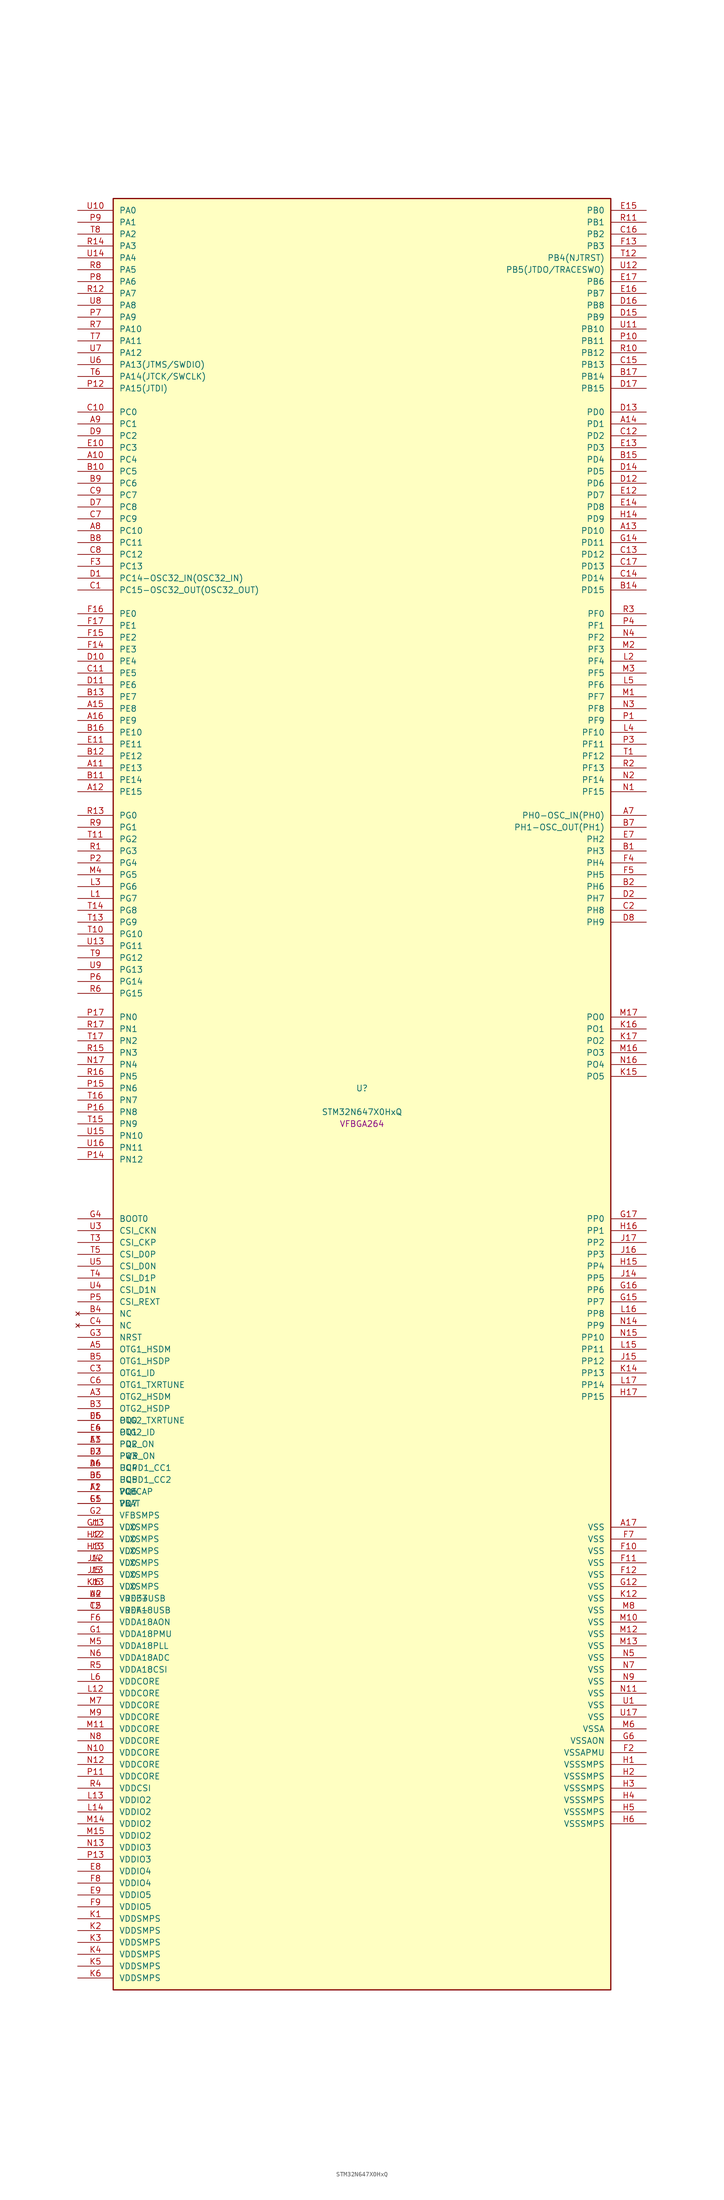
<source format=kicad_sym>
(kicad_symbol_lib
  (version 20241209)
  (generator "stm32_pkl_generator")
  (generator_version "1.0")
  (symbol "STM32N647X0HxQ"
    (pin_names
      (offset 1.27))
    (property "Reference" "U"
      (at 0 2.54 0))
    (property "Value" "STM32N647X0HxQ"
      (at 0 -2.54 0))
    (property "Footprint" "VFBGA264"
      (at 0 -5.08 0))
    (symbol "STM32N647X0HxQ_1_1"
      (rectangle (start -53.34 193.04) (end 53.34 -190.5) (stroke (width 0.254) (type solid)) (fill (type background)))
      (pin bidirectional line (at -60.96 190.5 0) (length 7.62) (name "PA0") (number "U10") (alternate "PA0/ADC1_INN1" bidirectional line) (alternate "PA0/ADC1_INP0" bidirectional line) (alternate "PA0/ADC2_INN1" bidirectional line) (alternate "PA0/ADC2_INP0" bidirectional line) (alternate "PA0/FMC_D7" bidirectional line) (alternate "PA0/FMC_DA7" bidirectional line) (alternate "PA0/HDP_HDP0" bidirectional line) (alternate "PA0/I2S6_WS" bidirectional line) (alternate "PA0/LTDC_G3" bidirectional line) (alternate "PA0/PWR_WKUP1" bidirectional line) (alternate "PA0/SAI2_SD_B" bidirectional line) (alternate "PA0/SDMMC2_CMD" bidirectional line) (alternate "PA0/SPI6_NSS" bidirectional line) (alternate "PA0/TIM15_BKIN" bidirectional line) (alternate "PA0/TIM2_CH1" bidirectional line) (alternate "PA0/TIM5_CH1" bidirectional line) (alternate "PA0/TIM9_CH1" bidirectional line) (alternate "PA0/UART4_TX" bidirectional line) (alternate "PA0/USART2_CTS" bidirectional line) (alternate "PA0/USART2_NSS" bidirectional line))
      (pin bidirectional line (at -60.96 187.96 0) (length 7.62) (name "PA1") (number "P9") (alternate "PA1/ADC1_INP1" bidirectional line) (alternate "PA1/ADC2_INP1" bidirectional line) (alternate "PA1/DCMIPP_D0" bidirectional line) (alternate "PA1/DCMI_D0" bidirectional line) (alternate "PA1/FMC_D6" bidirectional line) (alternate "PA1/FMC_DA6" bidirectional line) (alternate "PA1/HDP_HDP1" bidirectional line) (alternate "PA1/LPTIM3_IN1" bidirectional line) (alternate "PA1/LTDC_G2" bidirectional line) (alternate "PA1/PSSI_D0" bidirectional line) (alternate "PA1/SAI2_MCLK_B" bidirectional line) (alternate "PA1/TIM15_CH1N" bidirectional line) (alternate "PA1/TIM2_CH2" bidirectional line) (alternate "PA1/TIM5_CH2" bidirectional line) (alternate "PA1/UART4_RX" bidirectional line) (alternate "PA1/USART2_RTS" bidirectional line))
      (pin bidirectional line (at -60.96 185.42 0) (length 7.62) (name "PA2") (number "T8") (alternate "PA2/ADC1_INP14" bidirectional line) (alternate "PA2/ADC2_INP14" bidirectional line) (alternate "PA2/FMC_D5" bidirectional line) (alternate "PA2/FMC_DA5" bidirectional line) (alternate "PA2/HDP_HDP2" bidirectional line) (alternate "PA2/LPTIM3_IN2" bidirectional line) (alternate "PA2/LTDC_B7" bidirectional line) (alternate "PA2/MDIOS_MDIO" bidirectional line) (alternate "PA2/PWR_WKUP2" bidirectional line) (alternate "PA2/SAI2_SCK_B" bidirectional line) (alternate "PA2/TIM15_CH1" bidirectional line) (alternate "PA2/TIM2_CH3" bidirectional line) (alternate "PA2/TIM5_CH3" bidirectional line) (alternate "PA2/USART2_TX" bidirectional line))
      (pin bidirectional line (at -60.96 182.88 0) (length 7.62) (name "PA3") (number "R14") (alternate "PA3/FMC_A17" bidirectional line) (alternate "PA3/FMC_ALE" bidirectional line) (alternate "PA3/SAI1_SD_B" bidirectional line) (alternate "PA3/SPI5_NSS" bidirectional line) (alternate "PA3/TIM16_CH1" bidirectional line) (alternate "PA3/UART7_RX" bidirectional line))
      (pin bidirectional line (at -60.96 180.34 0) (length 7.62) (name "PA4") (number "U14") (alternate "PA4/DCMIPP_D3" bidirectional line) (alternate "PA4/DCMI_D3" bidirectional line) (alternate "PA4/FMC_A13" bidirectional line) (alternate "PA4/PSSI_D3" bidirectional line) (alternate "PA4/SPI5_MOSI" bidirectional line) (alternate "PA4/USART6_RX" bidirectional line))
      (pin bidirectional line (at -60.96 177.8 0) (length 7.62) (name "PA5") (number "R8") (alternate "PA5/ADC2_INP18" bidirectional line) (alternate "PA5/DCMIPP_D8" bidirectional line) (alternate "PA5/DCMI_D8" bidirectional line) (alternate "PA5/FMC_NOE" bidirectional line) (alternate "PA5/HDP_HDP5" bidirectional line) (alternate "PA5/I2S1_CK" bidirectional line) (alternate "PA5/I2S6_CK" bidirectional line) (alternate "PA5/I3C1_SCL" bidirectional line) (alternate "PA5/LTDC_CLK" bidirectional line) (alternate "PA5/PSSI_D8" bidirectional line) (alternate "PA5/PWR_CSTOP" bidirectional line) (alternate "PA5/SPI1_SCK" bidirectional line) (alternate "PA5/SPI6_SCK" bidirectional line) (alternate "PA5/TIM10_CH1" bidirectional line) (alternate "PA5/TIM2_CH1" bidirectional line) (alternate "PA5/TIM2_ETR" bidirectional line) (alternate "PA5/TIM9_CH2" bidirectional line))
      (pin bidirectional line (at -60.96 175.26 0) (length 7.62) (name "PA6") (number "P8") (alternate "PA6/ADC1_INP3" bidirectional line) (alternate "PA6/ADC2_INP3" bidirectional line) (alternate "PA6/BOOT1" bidirectional line) (alternate "PA6/DCMIPP_PIXCLK" bidirectional line) (alternate "PA6/DCMI_PIXCLK" bidirectional line) (alternate "PA6/HDP_HDP6" bidirectional line) (alternate "PA6/I2S1_SDI" bidirectional line) (alternate "PA6/I2S6_SDI" bidirectional line) (alternate "PA6/I3C1_SDA" bidirectional line) (alternate "PA6/LPTIM3_ETR" bidirectional line) (alternate "PA6/LTDC_B7" bidirectional line) (alternate "PA6/LTDC_HSYNC" bidirectional line) (alternate "PA6/MDIOS_MDC" bidirectional line) (alternate "PA6/PSSI_PDCK" bidirectional line) (alternate "PA6/SPI1_MISO" bidirectional line) (alternate "PA6/SPI6_MISO" bidirectional line) (alternate "PA6/TIM13_CH1" bidirectional line) (alternate "PA6/TIM1_BKIN" bidirectional line) (alternate "PA6/TIM3_CH1" bidirectional line))
      (pin bidirectional line (at -60.96 172.72 0) (length 7.62) (name "PA7") (number "R12") (alternate "PA7/HDP_HDP7" bidirectional line) (alternate "PA7/I2S1_SDO" bidirectional line) (alternate "PA7/I2S6_SDO" bidirectional line) (alternate "PA7/LTDC_B1" bidirectional line) (alternate "PA7/LTDC_R4" bidirectional line) (alternate "PA7/SPI1_MOSI" bidirectional line) (alternate "PA7/SPI6_MOSI" bidirectional line) (alternate "PA7/TIM14_CH1" bidirectional line) (alternate "PA7/TIM1_CH1N" bidirectional line) (alternate "PA7/TIM3_CH2" bidirectional line) (alternate "PA7/USART1_RX" bidirectional line))
      (pin bidirectional line (at -60.96 170.18 0) (length 7.62) (name "PA8") (number "U8") (alternate "PA8/ADC1_INP5" bidirectional line) (alternate "PA8/ADC2_INP5" bidirectional line) (alternate "PA8/FMC_D4" bidirectional line) (alternate "PA8/FMC_DA4" bidirectional line) (alternate "PA8/HDP_HDP0" bidirectional line) (alternate "PA8/I2C3_SCL" bidirectional line) (alternate "PA8/I3C2_SCL" bidirectional line) (alternate "PA8/LTDC_B6" bidirectional line) (alternate "PA8/RCC_MCO_1" bidirectional line) (alternate "PA8/TIM11_CH1" bidirectional line) (alternate "PA8/TIM1_CH1" bidirectional line) (alternate "PA8/UART7_RX" bidirectional line) (alternate "PA8/USART1_CK" bidirectional line))
      (pin bidirectional line (at -60.96 167.64 0) (length 7.62) (name "PA9") (number "P7") (alternate "PA9/ADC1_INP10" bidirectional line) (alternate "PA9/ADC2_INP10" bidirectional line) (alternate "PA9/DCMIPP_D0" bidirectional line) (alternate "PA9/DCMI_D0" bidirectional line) (alternate "PA9/FMC_D3" bidirectional line) (alternate "PA9/FMC_DA3" bidirectional line) (alternate "PA9/HDP_HDP1" bidirectional line) (alternate "PA9/I2C3_SDA" bidirectional line) (alternate "PA9/I2S2_CK" bidirectional line) (alternate "PA9/I3C2_SDA" bidirectional line) (alternate "PA9/LPUART1_TX" bidirectional line) (alternate "PA9/LTDC_B5" bidirectional line) (alternate "PA9/PSSI_D0" bidirectional line) (alternate "PA9/SPI2_SCK" bidirectional line) (alternate "PA9/TIM1_CH2" bidirectional line) (alternate "PA9/USART1_TX" bidirectional line))
      (pin bidirectional line (at -60.96 165.1 0) (length 7.62) (name "PA10") (number "R7") (alternate "PA10/ADC1_INN10" bidirectional line) (alternate "PA10/ADC1_INP11" bidirectional line) (alternate "PA10/ADC2_INN10" bidirectional line) (alternate "PA10/ADC2_INP11" bidirectional line) (alternate "PA10/DCMIPP_D1" bidirectional line) (alternate "PA10/DCMI_D1" bidirectional line) (alternate "PA10/FMC_D2" bidirectional line) (alternate "PA10/FMC_DA2" bidirectional line) (alternate "PA10/HDP_HDP2" bidirectional line) (alternate "PA10/LPUART1_RX" bidirectional line) (alternate "PA10/LTDC_B4" bidirectional line) (alternate "PA10/MDIOS_MDIO" bidirectional line) (alternate "PA10/PSSI_D1" bidirectional line) (alternate "PA10/PWR_CSLEEP" bidirectional line) (alternate "PA10/TIM1_CH3" bidirectional line) (alternate "PA10/USART1_RX" bidirectional line))
      (pin bidirectional line (at -60.96 162.56 0) (length 7.62) (name "PA11") (number "T7") (alternate "PA11/ADC1_EXTI11" bidirectional line) (alternate "PA11/ADC1_INN11" bidirectional line) (alternate "PA11/ADC1_INP12" bidirectional line) (alternate "PA11/ADC2_EXTI11" bidirectional line) (alternate "PA11/ADC2_INN11" bidirectional line) (alternate "PA11/ADC2_INP12" bidirectional line) (alternate "PA11/FDCAN1_RX" bidirectional line) (alternate "PA11/FMC_D1" bidirectional line) (alternate "PA11/FMC_DA1" bidirectional line) (alternate "PA11/HDP_HDP3" bidirectional line) (alternate "PA11/I2S2_WS" bidirectional line) (alternate "PA11/LPUART1_CTS" bidirectional line) (alternate "PA11/LTDC_B3" bidirectional line) (alternate "PA11/SPI2_NSS" bidirectional line) (alternate "PA11/TIM1_CH4" bidirectional line) (alternate "PA11/UART4_RX" bidirectional line) (alternate "PA11/USART1_CTS" bidirectional line) (alternate "PA11/USART1_NSS" bidirectional line))
      (pin bidirectional line (at -60.96 160.02 0) (length 7.62) (name "PA12") (number "U7") (alternate "PA12/ADC1_INN12" bidirectional line) (alternate "PA12/ADC1_INP13" bidirectional line) (alternate "PA12/ADC2_INN12" bidirectional line) (alternate "PA12/ADC2_INP13" bidirectional line) (alternate "PA12/FDCAN1_TX" bidirectional line) (alternate "PA12/FMC_D0" bidirectional line) (alternate "PA12/FMC_DA0" bidirectional line) (alternate "PA12/HDP_HDP4" bidirectional line) (alternate "PA12/I2S2_CK" bidirectional line) (alternate "PA12/LPUART1_RTS" bidirectional line) (alternate "PA12/LTDC_B2" bidirectional line) (alternate "PA12/SAI2_FS_B" bidirectional line) (alternate "PA12/SPI2_SCK" bidirectional line) (alternate "PA12/TIM1_ETR" bidirectional line) (alternate "PA12/UART4_TX" bidirectional line) (alternate "PA12/USART1_RTS" bidirectional line))
      (pin bidirectional line (at -60.96 157.48 0) (length 7.62) (name "PA13(JTMS/SWDIO)") (number "U6") (alternate "PA13(JTMS/SWDIO)/DEBUG_JTMS-SWDIO" bidirectional line) (alternate "PA13(JTMS/SWDIO)/HDP_HDP5" bidirectional line))
      (pin bidirectional line (at -60.96 154.94 0) (length 7.62) (name "PA14(JTCK/SWCLK)") (number "T6") (alternate "PA14(JTCK/SWCLK)/DEBUG_JTCK-SWCLK" bidirectional line) (alternate "PA14(JTCK/SWCLK)/HDP_HDP6" bidirectional line))
      (pin bidirectional line (at -60.96 152.4 0) (length 7.62) (name "PA15(JTDI)") (number "P12") (alternate "PA15(JTDI)/ADC1_EXTI15" bidirectional line) (alternate "PA15(JTDI)/ADC2_EXTI15" bidirectional line) (alternate "PA15(JTDI)/DEBUG_JTDI" bidirectional line) (alternate "PA15(JTDI)/FMC_D15" bidirectional line) (alternate "PA15(JTDI)/FMC_DA15" bidirectional line) (alternate "PA15(JTDI)/HDP_HDP7" bidirectional line) (alternate "PA15(JTDI)/I2S1_WS" bidirectional line) (alternate "PA15(JTDI)/I2S3_WS" bidirectional line) (alternate "PA15(JTDI)/I2S6_WS" bidirectional line) (alternate "PA15(JTDI)/LTDC_R5" bidirectional line) (alternate "PA15(JTDI)/SPI1_NSS" bidirectional line) (alternate "PA15(JTDI)/SPI3_NSS" bidirectional line) (alternate "PA15(JTDI)/SPI6_NSS" bidirectional line) (alternate "PA15(JTDI)/TIM2_CH1" bidirectional line) (alternate "PA15(JTDI)/TIM2_ETR" bidirectional line) (alternate "PA15(JTDI)/UART4_DE" bidirectional line) (alternate "PA15(JTDI)/UART4_RTS" bidirectional line) (alternate "PA15(JTDI)/UART7_TX" bidirectional line))
      (pin bidirectional line (at 60.96 190.5 180) (length 7.62) (name "PB0") (number "E15") (alternate "PB0/ADF1_SDI0" bidirectional line) (alternate "PB0/DCMIPP_D4" bidirectional line) (alternate "PB0/DCMI_D4" bidirectional line) (alternate "PB0/DEBUG_TRACED1" bidirectional line) (alternate "PB0/FMC_D13" bidirectional line) (alternate "PB0/FMC_DA13" bidirectional line) (alternate "PB0/MDF1_SDI2" bidirectional line) (alternate "PB0/PSSI_D4" bidirectional line) (alternate "PB0/SAI1_D2" bidirectional line) (alternate "PB0/SAI1_FS_A" bidirectional line) (alternate "PB0/SPI4_NSS" bidirectional line) (alternate "PB0/TIM15_CH1N" bidirectional line) (alternate "PB0/TIM1_CH4" bidirectional line))
      (pin bidirectional line (at 60.96 187.96 180) (length 7.62) (name "PB1") (number "R11") (alternate "PB1/FDCAN2_TX" bidirectional line) (alternate "PB1/FMC_NOE" bidirectional line) (alternate "PB1/HDP_HDP1" bidirectional line) (alternate "PB1/LTDC_R1" bidirectional line) (alternate "PB1/TIM1_CH3N" bidirectional line) (alternate "PB1/TIM3_CH4" bidirectional line) (alternate "PB1/TIM9_CH2" bidirectional line) (alternate "PB1/USART2_TX" bidirectional line))
      (pin bidirectional line (at 60.96 185.42 180) (length 7.62) (name "PB2") (number "C16") (alternate "PB2/ADF1_SDI0" bidirectional line) (alternate "PB2/FMC_D2" bidirectional line) (alternate "PB2/FMC_DA2" bidirectional line) (alternate "PB2/HDP_HDP2" bidirectional line) (alternate "PB2/I2S3_SDO" bidirectional line) (alternate "PB2/LTDC_B2" bidirectional line) (alternate "PB2/MDF1_SDI1" bidirectional line) (alternate "PB2/RTC_OUT2" bidirectional line) (alternate "PB2/SAI1_D1" bidirectional line) (alternate "PB2/SAI1_SD_A" bidirectional line) (alternate "PB2/SPI3_MOSI" bidirectional line) (alternate "PB2/TIM1_CH1" bidirectional line))
      (pin bidirectional line (at 60.96 182.88 180) (length 7.62) (name "PB3") (number "F13") (alternate "PB3/DEBUG_JTDO-SWO" bidirectional line) (alternate "PB3/DEBUG_TRACECLK" bidirectional line) (alternate "PB3/FMC_A23" bidirectional line) (alternate "PB3/FMC_NBL1" bidirectional line) (alternate "PB3/GFXTIM_FCKCAL" bidirectional line) (alternate "PB3/GFXTIM_LCKCAL" bidirectional line) (alternate "PB3/HDP_HDP0" bidirectional line) (alternate "PB3/MDF1_CKI1" bidirectional line) (alternate "PB3/SAI2_FS_B" bidirectional line) (alternate "PB3/TIM1_CH4N" bidirectional line) (alternate "PB3/USART1_CK" bidirectional line))
      (pin bidirectional line (at 60.96 180.34 180) (length 7.62) (name "PB4(NJTRST)") (number "T12") (alternate "PB4(NJTRST)/DCMIPP_VSYNC" bidirectional line) (alternate "PB4(NJTRST)/DCMI_VSYNC" bidirectional line) (alternate "PB4(NJTRST)/DEBUG_NJTRST" bidirectional line) (alternate "PB4(NJTRST)/FMC_D13" bidirectional line) (alternate "PB4(NJTRST)/FMC_DA13" bidirectional line) (alternate "PB4(NJTRST)/HDP_HDP4" bidirectional line) (alternate "PB4(NJTRST)/I2S1_SDI" bidirectional line) (alternate "PB4(NJTRST)/I2S2_WS" bidirectional line) (alternate "PB4(NJTRST)/I2S3_SDI" bidirectional line) (alternate "PB4(NJTRST)/I2S6_SDI" bidirectional line) (alternate "PB4(NJTRST)/LPTIM4_ETR" bidirectional line) (alternate "PB4(NJTRST)/LTDC_R3" bidirectional line) (alternate "PB4(NJTRST)/PSSI_RDY" bidirectional line) (alternate "PB4(NJTRST)/SDMMC2_D3" bidirectional line) (alternate "PB4(NJTRST)/SPI1_MISO" bidirectional line) (alternate "PB4(NJTRST)/SPI2_NSS" bidirectional line) (alternate "PB4(NJTRST)/SPI3_MISO" bidirectional line) (alternate "PB4(NJTRST)/SPI6_MISO" bidirectional line) (alternate "PB4(NJTRST)/TIM16_BKIN" bidirectional line) (alternate "PB4(NJTRST)/TIM3_CH1" bidirectional line) (alternate "PB4(NJTRST)/UART7_TX" bidirectional line))
      (pin bidirectional line (at 60.96 177.8 180) (length 7.62) (name "PB5(JTDO/TRACESWO)") (number "U12") (alternate "PB5(JTDO/TRACESWO)/DCMIPP_D10" bidirectional line) (alternate "PB5(JTDO/TRACESWO)/DCMI_D10" bidirectional line) (alternate "PB5(JTDO/TRACESWO)/DEBUG_JTDO-SWO" bidirectional line) (alternate "PB5(JTDO/TRACESWO)/FDCAN2_RX" bidirectional line) (alternate "PB5(JTDO/TRACESWO)/FMC_D12" bidirectional line) (alternate "PB5(JTDO/TRACESWO)/FMC_DA12" bidirectional line) (alternate "PB5(JTDO/TRACESWO)/HDP_HDP5" bidirectional line) (alternate "PB5(JTDO/TRACESWO)/I2C1_SMBA" bidirectional line) (alternate "PB5(JTDO/TRACESWO)/I2S1_SDO" bidirectional line) (alternate "PB5(JTDO/TRACESWO)/I2S3_SDO" bidirectional line) (alternate "PB5(JTDO/TRACESWO)/I2S6_SDO" bidirectional line) (alternate "PB5(JTDO/TRACESWO)/LPTIM4_OUT" bidirectional line) (alternate "PB5(JTDO/TRACESWO)/LTDC_R2" bidirectional line) (alternate "PB5(JTDO/TRACESWO)/PSSI_D10" bidirectional line) (alternate "PB5(JTDO/TRACESWO)/SPI1_MOSI" bidirectional line) (alternate "PB5(JTDO/TRACESWO)/SPI3_MOSI" bidirectional line) (alternate "PB5(JTDO/TRACESWO)/SPI6_MOSI" bidirectional line) (alternate "PB5(JTDO/TRACESWO)/TIM17_BKIN" bidirectional line) (alternate "PB5(JTDO/TRACESWO)/TIM3_CH2" bidirectional line) (alternate "PB5(JTDO/TRACESWO)/UART5_RX" bidirectional line))
      (pin bidirectional line (at 60.96 175.26 180) (length 7.62) (name "PB6") (number "E17") (alternate "PB6/ADF1_CCK1" bidirectional line) (alternate "PB6/DCMIPP_D6" bidirectional line) (alternate "PB6/DCMI_D6" bidirectional line) (alternate "PB6/DEBUG_TRACED2" bidirectional line) (alternate "PB6/FMC_D14" bidirectional line) (alternate "PB6/FMC_DA14" bidirectional line) (alternate "PB6/MDF1_CCK1" bidirectional line) (alternate "PB6/PSSI_D6" bidirectional line) (alternate "PB6/SAI1_CK2" bidirectional line) (alternate "PB6/SAI1_SCK_A" bidirectional line) (alternate "PB6/SPI4_MISO" bidirectional line) (alternate "PB6/TIM15_CH1" bidirectional line))
      (pin bidirectional line (at 60.96 172.72 180) (length 7.62) (name "PB7") (number "E16") (alternate "PB7/ADF1_SDI0" bidirectional line) (alternate "PB7/DCMIPP_D7" bidirectional line) (alternate "PB7/DCMI_D7" bidirectional line) (alternate "PB7/DEBUG_TRACED3" bidirectional line) (alternate "PB7/FMC_D15" bidirectional line) (alternate "PB7/FMC_DA15" bidirectional line) (alternate "PB7/MDF1_SDI1" bidirectional line) (alternate "PB7/PSSI_D7" bidirectional line) (alternate "PB7/SAI1_D1" bidirectional line) (alternate "PB7/SAI1_SD_A" bidirectional line) (alternate "PB7/SAI2_MCLK_B" bidirectional line) (alternate "PB7/SPI4_MOSI" bidirectional line) (alternate "PB7/TIM15_CH2" bidirectional line) (alternate "PB7/TIM1_BKIN2" bidirectional line))
      (pin bidirectional line (at 60.96 170.18 180) (length 7.62) (name "PB8") (number "D16") (alternate "PB8/DCMIPP_VSYNC" bidirectional line) (alternate "PB8/DCMI_VSYNC" bidirectional line) (alternate "PB8/FMC_D1" bidirectional line) (alternate "PB8/FMC_DA1" bidirectional line) (alternate "PB8/I2S1_SDI" bidirectional line) (alternate "PB8/PSSI_RDY" bidirectional line) (alternate "PB8/SAI2_FS_B" bidirectional line) (alternate "PB8/SDMMC2_D0" bidirectional line) (alternate "PB8/SPDIFRX1_IN3" bidirectional line) (alternate "PB8/SPI1_MISO" bidirectional line) (alternate "PB8/USART6_RX" bidirectional line))
      (pin bidirectional line (at 60.96 167.64 180) (length 7.62) (name "PB9") (number "D15") (alternate "PB9/DCMIPP_D3" bidirectional line) (alternate "PB9/DCMI_D3" bidirectional line) (alternate "PB9/FMC_D3" bidirectional line) (alternate "PB9/FMC_DA3" bidirectional line) (alternate "PB9/I2S1_CK" bidirectional line) (alternate "PB9/LPTIM1_IN2" bidirectional line) (alternate "PB9/PSSI_D3" bidirectional line) (alternate "PB9/SDMMC2_D2" bidirectional line) (alternate "PB9/SPDIFRX1_IN0" bidirectional line) (alternate "PB9/SPI1_SCK" bidirectional line) (alternate "PB9/USART10_TX" bidirectional line))
      (pin bidirectional line (at 60.96 165.1 180) (length 7.62) (name "PB10") (number "U11") (alternate "PB10/ADC1_INN4" bidirectional line) (alternate "PB10/ADC1_INP8" bidirectional line) (alternate "PB10/ADC2_INN4" bidirectional line) (alternate "PB10/ADC2_INP8" bidirectional line) (alternate "PB10/FMC_D11" bidirectional line) (alternate "PB10/FMC_DA11" bidirectional line) (alternate "PB10/HDP_HDP2" bidirectional line) (alternate "PB10/I2C2_SCL" bidirectional line) (alternate "PB10/I2S2_CK" bidirectional line) (alternate "PB10/I3C2_SCL" bidirectional line) (alternate "PB10/LPTIM2_IN1" bidirectional line) (alternate "PB10/LTDC_G7" bidirectional line) (alternate "PB10/SPI2_SCK" bidirectional line) (alternate "PB10/TIM2_CH3" bidirectional line) (alternate "PB10/USART3_TX" bidirectional line))
      (pin bidirectional line (at 60.96 162.56 180) (length 7.62) (name "PB11") (number "P10") (alternate "PB11/ADC1_EXTI11" bidirectional line) (alternate "PB11/ADC1_INP4" bidirectional line) (alternate "PB11/ADC2_EXTI11" bidirectional line) (alternate "PB11/ADC2_INP4" bidirectional line) (alternate "PB11/FMC_D10" bidirectional line) (alternate "PB11/FMC_DA10" bidirectional line) (alternate "PB11/HDP_HDP3" bidirectional line) (alternate "PB11/I2C2_SDA" bidirectional line) (alternate "PB11/I3C2_SDA" bidirectional line) (alternate "PB11/LPTIM2_ETR" bidirectional line) (alternate "PB11/LTDC_G6" bidirectional line) (alternate "PB11/TIM2_CH4" bidirectional line) (alternate "PB11/USART3_RX" bidirectional line))
      (pin bidirectional line (at 60.96 160.02 180) (length 7.62) (name "PB12") (number "R10") (alternate "PB12/FDCAN2_RX" bidirectional line) (alternate "PB12/FMC_D9" bidirectional line) (alternate "PB12/FMC_DA9" bidirectional line) (alternate "PB12/HDP_HDP4" bidirectional line) (alternate "PB12/I2C2_SMBA" bidirectional line) (alternate "PB12/I2S2_WS" bidirectional line) (alternate "PB12/LPTIM2_IN2" bidirectional line) (alternate "PB12/LTDC_G5" bidirectional line) (alternate "PB12/SPI2_NSS" bidirectional line) (alternate "PB12/TIM1_BKIN" bidirectional line) (alternate "PB12/UART5_RX" bidirectional line) (alternate "PB12/USART3_CK" bidirectional line))
      (pin bidirectional line (at 60.96 157.48 180) (length 7.62) (name "PB13") (number "C15") (alternate "PB13/DEBUG_TRACED0" bidirectional line) (alternate "PB13/FMC_D5" bidirectional line) (alternate "PB13/FMC_DA5" bidirectional line) (alternate "PB13/I2S6_CK" bidirectional line) (alternate "PB13/LPTIM1_CH1" bidirectional line) (alternate "PB13/LTDC_CLK" bidirectional line) (alternate "PB13/SDMMC2_D6" bidirectional line) (alternate "PB13/SPI6_SCK" bidirectional line) (alternate "PB13/TIM8_CH3N" bidirectional line) (alternate "PB13/USART10_CTS" bidirectional line) (alternate "PB13/USART10_NSS" bidirectional line) (alternate "PB13/USART6_CTS" bidirectional line) (alternate "PB13/USART6_NSS" bidirectional line))
      (pin bidirectional line (at 60.96 154.94 180) (length 7.62) (name "PB14") (number "B17") (alternate "PB14/DCMIPP_D10" bidirectional line) (alternate "PB14/DCMI_D10" bidirectional line) (alternate "PB14/FMC_D7" bidirectional line) (alternate "PB14/FMC_DA7" bidirectional line) (alternate "PB14/LPTIM1_CH2" bidirectional line) (alternate "PB14/LTDC_HSYNC" bidirectional line) (alternate "PB14/PSSI_D10" bidirectional line) (alternate "PB14/TIM8_CH4N" bidirectional line) (alternate "PB14/USART10_CK" bidirectional line) (alternate "PB14/USART6_CTS" bidirectional line) (alternate "PB14/USART6_NSS" bidirectional line))
      (pin bidirectional line (at 60.96 152.4 180) (length 7.62) (name "PB15") (number "D17") (alternate "PB15/ADC1_EXTI15" bidirectional line) (alternate "PB15/ADC2_EXTI15" bidirectional line) (alternate "PB15/FMC_D0" bidirectional line) (alternate "PB15/FMC_DA0" bidirectional line) (alternate "PB15/I2S6_WS" bidirectional line) (alternate "PB15/LTDC_G4" bidirectional line) (alternate "PB15/SPDIFRX1_IN2" bidirectional line) (alternate "PB15/SPI6_NSS" bidirectional line) (alternate "PB15/USART6_RTS" bidirectional line))
      (pin bidirectional line (at -60.96 147.32 0) (length 7.62) (name "PC0") (number "C10") (alternate "PC0/DCMIPP_HSYNC" bidirectional line) (alternate "PC0/DCMI_HSYNC" bidirectional line) (alternate "PC0/FMC_D14" bidirectional line) (alternate "PC0/FMC_DA14" bidirectional line) (alternate "PC0/HDP_HDP3" bidirectional line) (alternate "PC0/I2S1_CK" bidirectional line) (alternate "PC0/I2S3_CK" bidirectional line) (alternate "PC0/I2S6_CK" bidirectional line) (alternate "PC0/LPTIM4_IN1" bidirectional line) (alternate "PC0/LTDC_R4" bidirectional line) (alternate "PC0/MDF1_CKI1" bidirectional line) (alternate "PC0/PSSI_DE" bidirectional line) (alternate "PC0/SDMMC2_D2" bidirectional line) (alternate "PC0/SPI1_SCK" bidirectional line) (alternate "PC0/SPI3_SCK" bidirectional line) (alternate "PC0/SPI6_SCK" bidirectional line) (alternate "PC0/TIM2_CH2" bidirectional line) (alternate "PC0/UART7_RX" bidirectional line))
      (pin bidirectional line (at -60.96 144.78 0) (length 7.62) (name "PC1") (number "A9") (alternate "PC1/DCMIPP_D7" bidirectional line) (alternate "PC1/DCMI_D7" bidirectional line) (alternate "PC1/FDCAN1_TX" bidirectional line) (alternate "PC1/HDP_HDP1" bidirectional line) (alternate "PC1/I2C1_SDA" bidirectional line) (alternate "PC1/I2S2_WS" bidirectional line) (alternate "PC1/I3C1_SDA" bidirectional line) (alternate "PC1/PSSI_D7" bidirectional line) (alternate "PC1/SDMMC1_CDIR" bidirectional line) (alternate "PC1/SDMMC1_D5" bidirectional line) (alternate "PC1/SDMMC2_D5" bidirectional line) (alternate "PC1/SPI2_NSS" bidirectional line) (alternate "PC1/TIM17_CH1" bidirectional line) (alternate "PC1/TIM4_CH4" bidirectional line) (alternate "PC1/UART4_TX" bidirectional line))
      (pin bidirectional line (at -60.96 142.24 0) (length 7.62) (name "PC2") (number "D9") (alternate "PC2/ADF1_SDI0" bidirectional line) (alternate "PC2/DCMIPP_D13" bidirectional line) (alternate "PC2/DCMI_D13" bidirectional line) (alternate "PC2/FMC_NE3" bidirectional line) (alternate "PC2/I2S3_SDO" bidirectional line) (alternate "PC2/MDF1_SDI1" bidirectional line) (alternate "PC2/PSSI_D13" bidirectional line) (alternate "PC2/SAI1_D1" bidirectional line) (alternate "PC2/SAI1_SCK_A" bidirectional line) (alternate "PC2/SDMMC2_CK" bidirectional line) (alternate "PC2/SPI3_MOSI" bidirectional line) (alternate "PC2/USART2_RX" bidirectional line))
      (pin bidirectional line (at -60.96 139.7 0) (length 7.62) (name "PC3") (number "E10") (alternate "PC3/DCMIPP_D2" bidirectional line) (alternate "PC3/DCMI_D2" bidirectional line) (alternate "PC3/FMC_D8" bidirectional line) (alternate "PC3/FMC_DA8" bidirectional line) (alternate "PC3/I2S1_SDO" bidirectional line) (alternate "PC3/PSSI_D2" bidirectional line) (alternate "PC3/SDMMC2_CMD" bidirectional line) (alternate "PC3/SPDIFRX1_IN0" bidirectional line) (alternate "PC3/SPI1_MOSI" bidirectional line) (alternate "PC3/USART2_CK" bidirectional line))
      (pin bidirectional line (at -60.96 137.16 0) (length 7.62) (name "PC4") (number "A10") (alternate "PC4/FMC_NE1" bidirectional line) (alternate "PC4/HDP_HDP6" bidirectional line) (alternate "PC4/I2S2_SDI" bidirectional line) (alternate "PC4/LPTIM2_CH2" bidirectional line) (alternate "PC4/LTDC_DE" bidirectional line) (alternate "PC4/LTDC_VSYNC" bidirectional line) (alternate "PC4/SDMMC2_D0" bidirectional line) (alternate "PC4/SPI2_MISO" bidirectional line) (alternate "PC4/TIM12_CH1" bidirectional line) (alternate "PC4/TIM1_CH2N" bidirectional line) (alternate "PC4/UART4_DE" bidirectional line) (alternate "PC4/UART4_RTS" bidirectional line) (alternate "PC4/USART1_TX" bidirectional line) (alternate "PC4/USART3_RTS" bidirectional line))
      (pin bidirectional line (at -60.96 134.62 0) (length 7.62) (name "PC5") (number "B10") (alternate "PC5/DCMIPP_D2" bidirectional line) (alternate "PC5/DCMI_D2" bidirectional line) (alternate "PC5/FMC_NWE" bidirectional line) (alternate "PC5/I2S1_WS" bidirectional line) (alternate "PC5/PSSI_D2" bidirectional line) (alternate "PC5/SAI2_SD_B" bidirectional line) (alternate "PC5/SDMMC2_D1" bidirectional line) (alternate "PC5/SPI1_NSS" bidirectional line))
      (pin bidirectional line (at -60.96 132.08 0) (length 7.62) (name "PC6") (number "B9") (alternate "PC6/DCMIPP_D1" bidirectional line) (alternate "PC6/DCMI_D1" bidirectional line) (alternate "PC6/HDP_HDP6" bidirectional line) (alternate "PC6/I2S2_MCK" bidirectional line) (alternate "PC6/PSSI_D1" bidirectional line) (alternate "PC6/SDMMC1_D0DIR" bidirectional line) (alternate "PC6/SDMMC1_D6" bidirectional line) (alternate "PC6/SDMMC2_D6" bidirectional line) (alternate "PC6/TIM1_CH1" bidirectional line) (alternate "PC6/TIM3_CH1" bidirectional line) (alternate "PC6/TIM9_CH1" bidirectional line) (alternate "PC6/USART6_TX" bidirectional line))
      (pin bidirectional line (at -60.96 129.54 0) (length 7.62) (name "PC7") (number "C9") (alternate "PC7/DCMIPP_D1" bidirectional line) (alternate "PC7/DCMI_D1" bidirectional line) (alternate "PC7/DEBUG_TRGIO" bidirectional line) (alternate "PC7/HDP_HDP7" bidirectional line) (alternate "PC7/I2S3_MCK" bidirectional line) (alternate "PC7/PSSI_D1" bidirectional line) (alternate "PC7/SDMMC1_D123DIR" bidirectional line) (alternate "PC7/SDMMC1_D7" bidirectional line) (alternate "PC7/SDMMC2_D7" bidirectional line) (alternate "PC7/TIM16_CH1N" bidirectional line) (alternate "PC7/TIM3_CH2" bidirectional line) (alternate "PC7/TIM9_CH2" bidirectional line) (alternate "PC7/USART6_RX" bidirectional line))
      (pin bidirectional line (at -60.96 127 0) (length 7.62) (name "PC8") (number "D7") (alternate "PC8/DCMIPP_D2" bidirectional line) (alternate "PC8/DCMI_D2" bidirectional line) (alternate "PC8/DEBUG_TRACED1" bidirectional line) (alternate "PC8/FMC_NE4" bidirectional line) (alternate "PC8/HDP_HDP0" bidirectional line) (alternate "PC8/I2C3_SMBA" bidirectional line) (alternate "PC8/LTDC_B0" bidirectional line) (alternate "PC8/PSSI_D2" bidirectional line) (alternate "PC8/SDMMC1_D0" bidirectional line) (alternate "PC8/TIM3_CH3" bidirectional line) (alternate "PC8/UART5_DE" bidirectional line) (alternate "PC8/UART5_RTS" bidirectional line) (alternate "PC8/UCPD1_FRSTX1" bidirectional line) (alternate "PC8/USART6_CK" bidirectional line))
      (pin bidirectional line (at -60.96 124.46 0) (length 7.62) (name "PC9") (number "C7") (alternate "PC9/AUDIOCLK" bidirectional line) (alternate "PC9/DCMIPP_D3" bidirectional line) (alternate "PC9/DCMI_D3" bidirectional line) (alternate "PC9/HDP_HDP1" bidirectional line) (alternate "PC9/I2C3_SDA" bidirectional line) (alternate "PC9/LTDC_B3" bidirectional line) (alternate "PC9/PSSI_D3" bidirectional line) (alternate "PC9/RCC_MCO_2" bidirectional line) (alternate "PC9/SDMMC1_D1" bidirectional line) (alternate "PC9/TIM3_CH4" bidirectional line) (alternate "PC9/UART5_CTS" bidirectional line) (alternate "PC9/UCPD1_FRSTX2" bidirectional line) (alternate "PC9/USART6_RX" bidirectional line))
      (pin bidirectional line (at -60.96 121.92 0) (length 7.62) (name "PC10") (number "A8") (alternate "PC10/DCMIPP_D14" bidirectional line) (alternate "PC10/FMC_CLK" bidirectional line) (alternate "PC10/HDP_HDP2" bidirectional line) (alternate "PC10/I2C4_SCL" bidirectional line) (alternate "PC10/I2S3_CK" bidirectional line) (alternate "PC10/I3C2_SCL" bidirectional line) (alternate "PC10/PSSI_D14" bidirectional line) (alternate "PC10/SDMMC1_D2" bidirectional line) (alternate "PC10/SPI3_SCK" bidirectional line) (alternate "PC10/TIM1_BKIN" bidirectional line) (alternate "PC10/UART4_TX" bidirectional line) (alternate "PC10/USART3_TX" bidirectional line))
      (pin bidirectional line (at -60.96 119.38 0) (length 7.62) (name "PC11") (number "B8") (alternate "PC11/ADC1_EXTI11" bidirectional line) (alternate "PC11/ADC2_EXTI11" bidirectional line) (alternate "PC11/DCMIPP_D4" bidirectional line) (alternate "PC11/DCMI_D4" bidirectional line) (alternate "PC11/HDP_HDP3" bidirectional line) (alternate "PC11/I2C4_SDA" bidirectional line) (alternate "PC11/I2S3_SDI" bidirectional line) (alternate "PC11/I3C2_SDA" bidirectional line) (alternate "PC11/PSSI_D4" bidirectional line) (alternate "PC11/SDMMC1_D3" bidirectional line) (alternate "PC11/SPI3_MISO" bidirectional line) (alternate "PC11/UART4_RX" bidirectional line) (alternate "PC11/USART3_RX" bidirectional line))
      (pin bidirectional line (at -60.96 116.84 0) (length 7.62) (name "PC12") (number "C8") (alternate "PC12/DCMIPP_D9" bidirectional line) (alternate "PC12/DCMI_D9" bidirectional line) (alternate "PC12/DEBUG_TRACED3" bidirectional line) (alternate "PC12/FMC_NL" bidirectional line) (alternate "PC12/HDP_HDP4" bidirectional line) (alternate "PC12/I2S3_SDO" bidirectional line) (alternate "PC12/I2S6_CK" bidirectional line) (alternate "PC12/PSSI_D9" bidirectional line) (alternate "PC12/SDMMC1_CK" bidirectional line) (alternate "PC12/SPI3_MOSI" bidirectional line) (alternate "PC12/SPI6_SCK" bidirectional line) (alternate "PC12/TIM15_CH1" bidirectional line) (alternate "PC12/TIM1_CH4" bidirectional line) (alternate "PC12/UART5_TX" bidirectional line) (alternate "PC12/USART3_CK" bidirectional line))
      (pin bidirectional line (at -60.96 114.3 0) (length 7.62) (name "PC13") (number "F3") (alternate "PC13/HDP_HDP5" bidirectional line) (alternate "PC13/PWR_WKUP3" bidirectional line) (alternate "PC13/RTC_OUT1" bidirectional line) (alternate "PC13/RTC_TS" bidirectional line) (alternate "PC13/TAMP_IN1" bidirectional line) (alternate "PC13/TAMP_OUT2" bidirectional line))
      (pin bidirectional line (at -60.96 111.76 0) (length 7.62) (name "PC14-OSC32_IN(OSC32_IN)") (number "D1") (alternate "PC14-OSC32_IN(OSC32_IN)/RCC_OSC32_IN" bidirectional line))
      (pin bidirectional line (at -60.96 109.22 0) (length 7.62) (name "PC15-OSC32_OUT(OSC32_OUT)") (number "C1") (alternate "PC15-OSC32_OUT(OSC32_OUT)/ADC1_EXTI15" bidirectional line) (alternate "PC15-OSC32_OUT(OSC32_OUT)/ADC2_EXTI15" bidirectional line) (alternate "PC15-OSC32_OUT(OSC32_OUT)/RCC_OSC32_OUT" bidirectional line))
      (pin bidirectional line (at 60.96 147.32 180) (length 7.62) (name "PD0") (number "D13") (alternate "PD0/DCMIPP_HSYNC" bidirectional line) (alternate "PD0/DCMI_HSYNC" bidirectional line) (alternate "PD0/FDCAN1_RX" bidirectional line) (alternate "PD0/FMC_A6" bidirectional line) (alternate "PD0/FMC_A22" bidirectional line) (alternate "PD0/PSSI_DE" bidirectional line) (alternate "PD0/TIM1_ETR" bidirectional line) (alternate "PD0/UART4_RX" bidirectional line) (alternate "PD0/UART9_CTS" bidirectional line))
      (pin bidirectional line (at 60.96 144.78 180) (length 7.62) (name "PD1") (number "A14") (alternate "PD1/ETH1_MDC" bidirectional line) (alternate "PD1/FDCAN1_TX" bidirectional line) (alternate "PD1/FMC_A7" bidirectional line) (alternate "PD1/FMC_A23" bidirectional line) (alternate "PD1/UART4_TX" bidirectional line))
      (pin bidirectional line (at 60.96 142.24 180) (length 7.62) (name "PD2") (number "C12") (alternate "PD2/ADF1_SDI0" bidirectional line) (alternate "PD2/DEBUG_TRACED0" bidirectional line) (alternate "PD2/FMC_A0" bidirectional line) (alternate "PD2/FMC_A16" bidirectional line) (alternate "PD2/FMC_CLE" bidirectional line) (alternate "PD2/HDP_HDP1" bidirectional line) (alternate "PD2/I2S2_SDO" bidirectional line) (alternate "PD2/MDF1_SDI1" bidirectional line) (alternate "PD2/MDIOS_MDC" bidirectional line) (alternate "PD2/PWR_WKUP4" bidirectional line) (alternate "PD2/SAI1_D1" bidirectional line) (alternate "PD2/SAI1_SD_A" bidirectional line) (alternate "PD2/SDMMC2_CK" bidirectional line) (alternate "PD2/SPI2_MOSI" bidirectional line) (alternate "PD2/TIM15_CH1N" bidirectional line) (alternate "PD2/TIM1_CH3" bidirectional line))
      (pin bidirectional line (at 60.96 139.7 180) (length 7.62) (name "PD3") (number "E13") (alternate "PD3/DCMIPP_D14" bidirectional line) (alternate "PD3/ETH1_PHY_INTN" bidirectional line) (alternate "PD3/FMC_A10" bidirectional line) (alternate "PD3/I2C2_SMBA" bidirectional line) (alternate "PD3/PSSI_D14" bidirectional line) (alternate "PD3/USART10_RX" bidirectional line) (alternate "PD3/USART6_CTS" bidirectional line))
      (pin bidirectional line (at 60.96 137.16 180) (length 7.62) (name "PD4") (number "B15") (alternate "PD4/DCMIPP_D9" bidirectional line) (alternate "PD4/DCMI_D9" bidirectional line) (alternate "PD4/FMC_A11" bidirectional line) (alternate "PD4/I2C2_SDA" bidirectional line) (alternate "PD4/PSSI_D9" bidirectional line) (alternate "PD4/SPI5_MISO" bidirectional line) (alternate "PD4/TAMP_IN7" bidirectional line) (alternate "PD4/TAMP_OUT8" bidirectional line) (alternate "PD4/TIM1_BKIN2" bidirectional line) (alternate "PD4/USART6_RTS" bidirectional line))
      (pin bidirectional line (at 60.96 134.62 180) (length 7.62) (name "PD5") (number "D14") (alternate "PD5/DCMIPP_PIXCLK" bidirectional line) (alternate "PD5/DCMI_PIXCLK" bidirectional line) (alternate "PD5/FMC_D6" bidirectional line) (alternate "PD5/FMC_DA6" bidirectional line) (alternate "PD5/PSSI_PDCK" bidirectional line) (alternate "PD5/SDMMC2_D7" bidirectional line) (alternate "PD5/TIM1_CH4N" bidirectional line) (alternate "PD5/USART2_TX" bidirectional line))
      (pin bidirectional line (at 60.96 132.08 180) (length 7.62) (name "PD6") (number "D12") (alternate "PD6/FMC_A1" bidirectional line) (alternate "PD6/FMC_A17" bidirectional line) (alternate "PD6/FMC_ALE" bidirectional line) (alternate "PD6/HDP_HDP2" bidirectional line) (alternate "PD6/I2S2_SDI" bidirectional line) (alternate "PD6/SPI2_MISO" bidirectional line) (alternate "PD6/TIM15_CH2" bidirectional line) (alternate "PD6/TIM1_CH1" bidirectional line))
      (pin bidirectional line (at 60.96 129.54 180) (length 7.62) (name "PD7") (number "E12") (alternate "PD7/DCMIPP_D0" bidirectional line) (alternate "PD7/DCMI_D0" bidirectional line) (alternate "PD7/FMC_A2" bidirectional line) (alternate "PD7/FMC_A18" bidirectional line) (alternate "PD7/HDP_HDP3" bidirectional line) (alternate "PD7/I2S2_SDO" bidirectional line) (alternate "PD7/I2S3_WS" bidirectional line) (alternate "PD7/PSSI_D0" bidirectional line) (alternate "PD7/SPI2_MOSI" bidirectional line) (alternate "PD7/SPI3_NSS" bidirectional line) (alternate "PD7/TIM15_CH1N" bidirectional line) (alternate "PD7/TIM1_CH2" bidirectional line))
      (pin bidirectional line (at 60.96 127 180) (length 7.62) (name "PD8") (number "E14") (alternate "PD8/DCMIPP_D11" bidirectional line) (alternate "PD8/DCMI_D11" bidirectional line) (alternate "PD8/FMC_NBL0" bidirectional line) (alternate "PD8/LTDC_R7" bidirectional line) (alternate "PD8/PSSI_D11" bidirectional line) (alternate "PD8/SPDIFRX1_IN1" bidirectional line) (alternate "PD8/TAMP_IN3" bidirectional line) (alternate "PD8/TAMP_OUT4" bidirectional line) (alternate "PD8/USART3_TX" bidirectional line))
      (pin bidirectional line (at 60.96 124.46 180) (length 7.62) (name "PD9") (number "H14") (alternate "PD9/DCMIPP_D11" bidirectional line) (alternate "PD9/DCMI_D11" bidirectional line) (alternate "PD9/FMC_SDCLK" bidirectional line) (alternate "PD9/LTDC_R1" bidirectional line) (alternate "PD9/PSSI_D11" bidirectional line) (alternate "PD9/TAMP_IN5" bidirectional line) (alternate "PD9/TAMP_OUT6" bidirectional line) (alternate "PD9/USART3_RX" bidirectional line))
      (pin bidirectional line (at 60.96 121.92 180) (length 7.62) (name "PD10") (number "A13") (alternate "PD10/DEBUG_TRACECLK" bidirectional line) (alternate "PD10/FMC_A3" bidirectional line) (alternate "PD10/FMC_A19" bidirectional line) (alternate "PD10/GFXTIM_TE" bidirectional line) (alternate "PD10/HDP_HDP4" bidirectional line) (alternate "PD10/I2S1_MCK" bidirectional line) (alternate "PD10/MDF1_CKI3" bidirectional line) (alternate "PD10/SAI2_FS_B" bidirectional line) (alternate "PD10/SPDIFRX1_IN2" bidirectional line) (alternate "PD10/TIM1_ETR" bidirectional line) (alternate "PD10/UCPD1_FRSTX1" bidirectional line))
      (pin bidirectional line (at 60.96 119.38 180) (length 7.62) (name "PD11") (number "G14") (alternate "PD11/ADC1_EXTI11" bidirectional line) (alternate "PD11/ADC2_EXTI11" bidirectional line) (alternate "PD11/DCMIPP_D15" bidirectional line) (alternate "PD11/FMC_D8" bidirectional line) (alternate "PD11/FMC_DA8" bidirectional line) (alternate "PD11/I2C4_SDA" bidirectional line) (alternate "PD11/I2S2_SDI" bidirectional line) (alternate "PD11/PSSI_D15" bidirectional line) (alternate "PD11/SDMMC1_D0" bidirectional line) (alternate "PD11/SPI2_MISO" bidirectional line) (alternate "PD11/UCPD1_FRSTX1" bidirectional line))
      (pin bidirectional line (at 60.96 116.84 180) (length 7.62) (name "PD12") (number "C13") (alternate "PD12/DCMIPP_D12" bidirectional line) (alternate "PD12/DCMI_D12" bidirectional line) (alternate "PD12/ETH1_MDIO" bidirectional line) (alternate "PD12/FMC_A5" bidirectional line) (alternate "PD12/FMC_A21" bidirectional line) (alternate "PD12/HDP_HDP5" bidirectional line) (alternate "PD12/MDF1_SDI3" bidirectional line) (alternate "PD12/PSSI_D12" bidirectional line) (alternate "PD12/SAI1_D3" bidirectional line) (alternate "PD12/SPDIFRX1_IN3" bidirectional line) (alternate "PD12/UCPD1_FRSTX2" bidirectional line))
      (pin bidirectional line (at 60.96 114.3 180) (length 7.62) (name "PD13") (number "C17") (alternate "PD13/DCMIPP_D13" bidirectional line) (alternate "PD13/DCMI_D13" bidirectional line) (alternate "PD13/FMC_D4" bidirectional line) (alternate "PD13/FMC_DA4" bidirectional line) (alternate "PD13/LPTIM1_CH1" bidirectional line) (alternate "PD13/LTDC_R6" bidirectional line) (alternate "PD13/PSSI_D13" bidirectional line) (alternate "PD13/SAI2_SCK_A" bidirectional line) (alternate "PD13/TIM4_CH2" bidirectional line) (alternate "PD13/UART9_RTS" bidirectional line) (alternate "PD13/UCPD1_FRSTX2" bidirectional line))
      (pin bidirectional line (at 60.96 111.76 180) (length 7.62) (name "PD14") (number "C14") (alternate "PD14/FMC_A9" bidirectional line) (alternate "PD14/I2C2_SCL" bidirectional line) (alternate "PD14/USART10_RX" bidirectional line))
      (pin bidirectional line (at 60.96 109.22 180) (length 7.62) (name "PD15") (number "B14") (alternate "PD15/ADC1_EXTI15" bidirectional line) (alternate "PD15/ADC2_EXTI15" bidirectional line) (alternate "PD15/FMC_A8" bidirectional line) (alternate "PD15/I2C2_SDA" bidirectional line) (alternate "PD15/LTDC_R2" bidirectional line) (alternate "PD15/USART10_TX" bidirectional line))
      (pin bidirectional line (at -60.96 104.14 0) (length 7.62) (name "PE0") (number "F16") (alternate "PE0/DCMIPP_D2" bidirectional line) (alternate "PE0/DCMI_D2" bidirectional line) (alternate "PE0/FMC_D9" bidirectional line) (alternate "PE0/FMC_DA9" bidirectional line) (alternate "PE0/LPTIM1_ETR" bidirectional line) (alternate "PE0/LPTIM2_ETR" bidirectional line) (alternate "PE0/PSSI_D2" bidirectional line) (alternate "PE0/SAI2_MCLK_A" bidirectional line) (alternate "PE0/TAMP_IN6" bidirectional line) (alternate "PE0/TAMP_OUT5" bidirectional line) (alternate "PE0/TIM4_ETR" bidirectional line) (alternate "PE0/UART8_RX" bidirectional line) (alternate "PE0/USART3_RX" bidirectional line))
      (pin bidirectional line (at -60.96 101.6 0) (length 7.62) (name "PE1") (number "F17") (alternate "PE1/DCMIPP_D8" bidirectional line) (alternate "PE1/DCMI_D8" bidirectional line) (alternate "PE1/FMC_D10" bidirectional line) (alternate "PE1/FMC_DA10" bidirectional line) (alternate "PE1/LPTIM1_IN2" bidirectional line) (alternate "PE1/LPTIM2_CH2" bidirectional line) (alternate "PE1/PSSI_D8" bidirectional line) (alternate "PE1/UART8_TX" bidirectional line) (alternate "PE1/USART3_TX" bidirectional line))
      (pin bidirectional line (at -60.96 99.06 0) (length 7.62) (name "PE2") (number "F15") (alternate "PE2/ADF1_CCK0" bidirectional line) (alternate "PE2/DEBUG_TRACECLK" bidirectional line) (alternate "PE2/FMC_D11" bidirectional line) (alternate "PE2/FMC_DA11" bidirectional line) (alternate "PE2/LPTIM5_IN1" bidirectional line) (alternate "PE2/MDF1_CCK0" bidirectional line) (alternate "PE2/SAI1_CK1" bidirectional line) (alternate "PE2/SAI1_MCLK_A" bidirectional line) (alternate "PE2/SPI4_SCK" bidirectional line) (alternate "PE2/TIM1_CH2N" bidirectional line) (alternate "PE2/UCPD1_FRSTX1" bidirectional line))
      (pin bidirectional line (at -60.96 96.52 0) (length 7.62) (name "PE3") (number "F14") (alternate "PE3/DEBUG_TRACED0" bidirectional line) (alternate "PE3/FMC_D12" bidirectional line) (alternate "PE3/FMC_DA12" bidirectional line) (alternate "PE3/LPTIM5_ETR" bidirectional line) (alternate "PE3/MDF1_CKI2" bidirectional line) (alternate "PE3/SAI1_SD_B" bidirectional line) (alternate "PE3/TIM15_BKIN" bidirectional line))
      (pin bidirectional line (at -60.96 93.98 0) (length 7.62) (name "PE4") (number "D10") (alternate "PE4/DCMIPP_D5" bidirectional line) (alternate "PE4/DCMI_D5" bidirectional line) (alternate "PE4/I2S6_SDI" bidirectional line) (alternate "PE4/LPTIM1_IN1" bidirectional line) (alternate "PE4/LTDC_G1" bidirectional line) (alternate "PE4/PSSI_D5" bidirectional line) (alternate "PE4/SDMMC2_D3" bidirectional line) (alternate "PE4/SPDIFRX1_IN1" bidirectional line) (alternate "PE4/SPI6_MISO" bidirectional line) (alternate "PE4/USART10_RX" bidirectional line) (alternate "PE4/USART6_RTS" bidirectional line))
      (pin bidirectional line (at -60.96 91.44 0) (length 7.62) (name "PE5") (number "C11") (alternate "PE5/DCMIPP_D5" bidirectional line) (alternate "PE5/DCMI_D5" bidirectional line) (alternate "PE5/FDCAN2_TX" bidirectional line) (alternate "PE5/FMC_SDNE1" bidirectional line) (alternate "PE5/HDP_HDP6" bidirectional line) (alternate "PE5/I2C1_SCL" bidirectional line) (alternate "PE5/I3C1_SCL" bidirectional line) (alternate "PE5/LPUART1_TX" bidirectional line) (alternate "PE5/PSSI_D5" bidirectional line) (alternate "PE5/TIM16_CH1N" bidirectional line) (alternate "PE5/TIM4_CH1" bidirectional line) (alternate "PE5/UART5_TX" bidirectional line) (alternate "PE5/USART1_TX" bidirectional line))
      (pin bidirectional line (at -60.96 88.9 0) (length 7.62) (name "PE6") (number "D11") (alternate "PE6/DCMIPP_D1" bidirectional line) (alternate "PE6/DCMIPP_VSYNC" bidirectional line) (alternate "PE6/DCMI_D1" bidirectional line) (alternate "PE6/DCMI_VSYNC" bidirectional line) (alternate "PE6/FMC_SDCKE1" bidirectional line) (alternate "PE6/HDP_HDP7" bidirectional line) (alternate "PE6/I2C1_SDA" bidirectional line) (alternate "PE6/I3C1_SDA" bidirectional line) (alternate "PE6/LPUART1_RX" bidirectional line) (alternate "PE6/PSSI_D1" bidirectional line) (alternate "PE6/PSSI_RDY" bidirectional line) (alternate "PE6/TIM17_CH1N" bidirectional line) (alternate "PE6/TIM4_CH2" bidirectional line) (alternate "PE6/UART5_TX" bidirectional line) (alternate "PE6/USART1_RX" bidirectional line))
      (pin bidirectional line (at -60.96 86.36 0) (length 7.62) (name "PE7") (number "B13") (alternate "PE7/FMC_A4" bidirectional line) (alternate "PE7/FMC_A20" bidirectional line) (alternate "PE7/MDF1_CKI0" bidirectional line) (alternate "PE7/SAI2_SD_B" bidirectional line) (alternate "PE7/TIM1_ETR" bidirectional line) (alternate "PE7/UART7_RX" bidirectional line))
      (pin bidirectional line (at -60.96 83.82 0) (length 7.62) (name "PE8") (number "A15") (alternate "PE8/DCMIPP_D4" bidirectional line) (alternate "PE8/DCMI_D4" bidirectional line) (alternate "PE8/FMC_A12" bidirectional line) (alternate "PE8/MDF1_SDI0" bidirectional line) (alternate "PE8/PSSI_D4" bidirectional line) (alternate "PE8/TIM1_CH1N" bidirectional line) (alternate "PE8/UART7_TX" bidirectional line) (alternate "PE8/USART3_TX" bidirectional line))
      (pin bidirectional line (at -60.96 81.28 0) (length 7.62) (name "PE9") (number "A16") (alternate "PE9/FMC_A14" bidirectional line) (alternate "PE9/FMC_BA0" bidirectional line) (alternate "PE9/MDF1_CKI4" bidirectional line) (alternate "PE9/TIM1_CH1" bidirectional line) (alternate "PE9/UART7_RTS" bidirectional line))
      (pin bidirectional line (at -60.96 78.74 0) (length 7.62) (name "PE10") (number "B16") (alternate "PE10/DCMIPP_D3" bidirectional line) (alternate "PE10/DCMI_D3" bidirectional line) (alternate "PE10/DEBUG_TRACECLK" bidirectional line) (alternate "PE10/FMC_A15" bidirectional line) (alternate "PE10/FMC_BA1" bidirectional line) (alternate "PE10/MDF1_SDI4" bidirectional line) (alternate "PE10/PSSI_D3" bidirectional line) (alternate "PE10/TIM1_CH2N" bidirectional line) (alternate "PE10/UART7_CTS" bidirectional line) (alternate "PE10/USART3_RX" bidirectional line))
      (pin bidirectional line (at -60.96 76.2 0) (length 7.62) (name "PE11") (number "E11") (alternate "PE11/ADC1_EXTI11" bidirectional line) (alternate "PE11/ADC2_EXTI11" bidirectional line) (alternate "PE11/FDCAN3_TX" bidirectional line) (alternate "PE11/FMC_SDNWE" bidirectional line) (alternate "PE11/LTDC_VSYNC" bidirectional line) (alternate "PE11/MDF1_CKI5" bidirectional line) (alternate "PE11/SAI2_SD_B" bidirectional line) (alternate "PE11/SPI4_NSS" bidirectional line) (alternate "PE11/TIM1_CH2" bidirectional line))
      (pin bidirectional line (at -60.96 73.66 0) (length 7.62) (name "PE12") (number "B12") (alternate "PE12/FDCAN3_RX" bidirectional line) (alternate "PE12/FMC_SDNRAS" bidirectional line) (alternate "PE12/MDF1_SDI5" bidirectional line) (alternate "PE12/SAI2_SCK_B" bidirectional line) (alternate "PE12/SPI4_SCK" bidirectional line) (alternate "PE12/TIM1_CH3N" bidirectional line))
      (pin bidirectional line (at -60.96 71.12 0) (length 7.62) (name "PE13") (number "A11") (alternate "PE13/ADF1_CCK0" bidirectional line) (alternate "PE13/FMC_SDNCAS" bidirectional line) (alternate "PE13/I2C4_SCL" bidirectional line) (alternate "PE13/SAI2_FS_B" bidirectional line) (alternate "PE13/SPI4_MISO" bidirectional line) (alternate "PE13/TIM1_CH3" bidirectional line))
      (pin bidirectional line (at -60.96 68.58 0) (length 7.62) (name "PE14") (number "B11") (alternate "PE14/ADF1_CCK1" bidirectional line) (alternate "PE14/FMC_NWE" bidirectional line) (alternate "PE14/FMC_SDNE0" bidirectional line) (alternate "PE14/GFXTIM_FCKCAL" bidirectional line) (alternate "PE14/GFXTIM_LCKCAL" bidirectional line) (alternate "PE14/I2C4_SDA" bidirectional line) (alternate "PE14/SAI2_MCLK_B" bidirectional line) (alternate "PE14/SPI4_MOSI" bidirectional line) (alternate "PE14/TIM1_CH4" bidirectional line))
      (pin bidirectional line (at -60.96 66.04 0) (length 7.62) (name "PE15") (number "A12") (alternate "PE15/ADC1_EXTI15" bidirectional line) (alternate "PE15/ADC2_EXTI15" bidirectional line) (alternate "PE15/FMC_SDCKE0" bidirectional line) (alternate "PE15/GFXTIM_FCKCAL" bidirectional line) (alternate "PE15/GFXTIM_LCKCAL" bidirectional line) (alternate "PE15/I2C4_SMBA" bidirectional line) (alternate "PE15/SDMMC1_D0" bidirectional line) (alternate "PE15/SPI5_SCK" bidirectional line) (alternate "PE15/TIM1_BKIN" bidirectional line) (alternate "PE15/USART10_CK" bidirectional line) (alternate "PE15/USART2_CK" bidirectional line))
      (pin bidirectional line (at 60.96 104.14 180) (length 7.62) (name "PF0") (number "R3") (alternate "PF0/DCMIPP_D9" bidirectional line) (alternate "PF0/DCMI_D9" bidirectional line) (alternate "PF0/ETH1_MII_TX_CLK" bidirectional line) (alternate "PF0/ETH1_RGMII_GTX_CLK" bidirectional line) (alternate "PF0/LPTIM5_OUT" bidirectional line) (alternate "PF0/PSSI_D9" bidirectional line) (alternate "PF0/TIM4_CH4" bidirectional line) (alternate "PF0/UART8_RTS" bidirectional line) (alternate "PF0/UART9_TX" bidirectional line) (alternate "PF0/UCPD1_FRSTX2" bidirectional line))
      (pin bidirectional line (at 60.96 101.6 180) (length 7.62) (name "PF1") (number "P4") (alternate "PF1/DCMIPP_D7" bidirectional line) (alternate "PF1/DCMI_D7" bidirectional line) (alternate "PF1/ETH1_TX_ER" bidirectional line) (alternate "PF1/LPTIM1_CH2" bidirectional line) (alternate "PF1/LPTIM2_CH1" bidirectional line) (alternate "PF1/PSSI_D7" bidirectional line) (alternate "PF1/TIM4_CH3" bidirectional line) (alternate "PF1/UART8_CTS" bidirectional line) (alternate "PF1/UART9_RX" bidirectional line) (alternate "PF1/UCPD1_FRSTX1" bidirectional line))
      (pin bidirectional line (at 60.96 99.06 180) (length 7.62) (name "PF2") (number "N4") (alternate "PF2/ETH1_RGMII_CLK125" bidirectional line) (alternate "PF2/FDCAN3_TX" bidirectional line) (alternate "PF2/FMC_NWAIT" bidirectional line) (alternate "PF2/I2S2_CK" bidirectional line) (alternate "PF2/LTDC_B1" bidirectional line) (alternate "PF2/SPI2_SCK" bidirectional line) (alternate "PF2/TIM1_CH3N" bidirectional line) (alternate "PF2/USART2_CTS" bidirectional line) (alternate "PF2/USART2_NSS" bidirectional line))
      (pin bidirectional line (at 60.96 96.52 180) (length 7.62) (name "PF3") (number "M2") (alternate "PF3/ADC1_INP16" bidirectional line) (alternate "PF3/DCMIPP_HSYNC" bidirectional line) (alternate "PF3/DCMI_HSYNC" bidirectional line) (alternate "PF3/ETH1_PPS_OUT" bidirectional line) (alternate "PF3/FDCAN3_RX" bidirectional line) (alternate "PF3/FMC_NL" bidirectional line) (alternate "PF3/LTDC_R4" bidirectional line) (alternate "PF3/PSSI_DE" bidirectional line) (alternate "PF3/USART2_RTS" bidirectional line))
      (pin bidirectional line (at 60.96 93.98 180) (length 7.62) (name "PF4") (number "L2") (alternate "PF4/ADC1_INP18" bidirectional line) (alternate "PF4/DCMIPP_HSYNC" bidirectional line) (alternate "PF4/DCMI_HSYNC" bidirectional line) (alternate "PF4/ETH1_MDIO" bidirectional line) (alternate "PF4/HDP_HDP4" bidirectional line) (alternate "PF4/I2S1_WS" bidirectional line) (alternate "PF4/I2S3_WS" bidirectional line) (alternate "PF4/I2S6_WS" bidirectional line) (alternate "PF4/LPTIM3_CH2" bidirectional line) (alternate "PF4/LTDC_R3" bidirectional line) (alternate "PF4/PSSI_DE" bidirectional line) (alternate "PF4/SPI1_NSS" bidirectional line) (alternate "PF4/SPI3_NSS" bidirectional line) (alternate "PF4/SPI6_NSS" bidirectional line) (alternate "PF4/TIM5_ETR" bidirectional line) (alternate "PF4/USART2_CK" bidirectional line))
      (pin bidirectional line (at 60.96 91.44 180) (length 7.62) (name "PF5") (number "M3") (alternate "PF5/DCMIPP_D6" bidirectional line) (alternate "PF5/DCMI_D6" bidirectional line) (alternate "PF5/ETH1_CLK" bidirectional line) (alternate "PF5/FMC_NE3" bidirectional line) (alternate "PF5/LPTIM2_IN2" bidirectional line) (alternate "PF5/LTDC_G0" bidirectional line) (alternate "PF5/PSSI_D6" bidirectional line) (alternate "PF5/SAI2_SD_A" bidirectional line) (alternate "PF5/TIM1_ETR" bidirectional line) (alternate "PF5/USART3_CTS" bidirectional line) (alternate "PF5/USART3_NSS" bidirectional line))
      (pin bidirectional line (at 60.96 88.9 180) (length 7.62) (name "PF6") (number "L5") (alternate "PF6/ADC1_INP15" bidirectional line) (alternate "PF6/ADC2_INP15" bidirectional line) (alternate "PF6/ETH1_MII_COL" bidirectional line) (alternate "PF6/GFXTIM_FCKCAL" bidirectional line) (alternate "PF6/GFXTIM_LCKCAL" bidirectional line) (alternate "PF6/HDP_HDP3" bidirectional line) (alternate "PF6/I2S6_MCK" bidirectional line) (alternate "PF6/LPTIM3_CH1" bidirectional line) (alternate "PF6/LTDC_DE" bidirectional line) (alternate "PF6/SPI1_RDY" bidirectional line) (alternate "PF6/SPI4_RDY" bidirectional line) (alternate "PF6/SPI5_RDY" bidirectional line) (alternate "PF6/TIM15_CH2" bidirectional line) (alternate "PF6/TIM1_CH3" bidirectional line) (alternate "PF6/TIM2_CH4" bidirectional line) (alternate "PF6/TIM5_CH4" bidirectional line) (alternate "PF6/USART2_RX" bidirectional line))
      (pin bidirectional line (at 60.96 86.36 180) (length 7.62) (name "PF7") (number "M1") (alternate "PF7/ADC1_INN5" bidirectional line) (alternate "PF7/ADC1_INP9" bidirectional line) (alternate "PF7/ADC2_INN5" bidirectional line) (alternate "PF7/ADC2_INP9" bidirectional line) (alternate "PF7/ETH1_MII_RX_CLK" bidirectional line) (alternate "PF7/ETH1_RGMII_RX_CLK" bidirectional line) (alternate "PF7/ETH1_RMII_REF_CLK" bidirectional line) (alternate "PF7/GFXTIM_TE" bidirectional line) (alternate "PF7/HDP_HDP0" bidirectional line) (alternate "PF7/I2S1_CK" bidirectional line) (alternate "PF7/LTDC_VSYNC" bidirectional line) (alternate "PF7/SPI1_SCK" bidirectional line) (alternate "PF7/TIM1_CH2N" bidirectional line) (alternate "PF7/TIM3_CH3" bidirectional line) (alternate "PF7/TIM9_CH1" bidirectional line) (alternate "PF7/UART4_CTS" bidirectional line))
      (pin bidirectional line (at 60.96 83.82 180) (length 7.62) (name "PF8") (number "N3") (alternate "PF8/DEBUG_TRACECLK" bidirectional line) (alternate "PF8/ETH1_MII_RXD2" bidirectional line) (alternate "PF8/ETH1_RGMII_RXD2" bidirectional line) (alternate "PF8/FMC_NWE" bidirectional line) (alternate "PF8/LTDC_R6" bidirectional line) (alternate "PF8/UART9_TX" bidirectional line))
      (pin bidirectional line (at 60.96 81.28 180) (length 7.62) (name "PF9") (number "P1") (alternate "PF9/DEBUG_TRACED0" bidirectional line) (alternate "PF9/ETH1_MII_RXD3" bidirectional line) (alternate "PF9/ETH1_RGMII_RXD3" bidirectional line) (alternate "PF9/LTDC_HSYNC" bidirectional line))
      (pin bidirectional line (at 60.96 78.74 180) (length 7.62) (name "PF10") (number "L4") (alternate "PF10/DCMIPP_D11" bidirectional line) (alternate "PF10/DCMIPP_D15" bidirectional line) (alternate "PF10/DCMI_D11" bidirectional line) (alternate "PF10/ETH1_MII_RX_DV" bidirectional line) (alternate "PF10/ETH1_RGMII_RX_CTL" bidirectional line) (alternate "PF10/ETH1_RMII_CRS_DV" bidirectional line) (alternate "PF10/LTDC_R1" bidirectional line) (alternate "PF10/MDF1_SDI3" bidirectional line) (alternate "PF10/PSSI_D11" bidirectional line) (alternate "PF10/PSSI_D15" bidirectional line) (alternate "PF10/SAI1_D3" bidirectional line) (alternate "PF10/TIM16_BKIN" bidirectional line) (alternate "PF10/UART7_RX" bidirectional line) (alternate "PF10/UCPD1_FRSTX1" bidirectional line))
      (pin bidirectional line (at 60.96 76.2 180) (length 7.62) (name "PF11") (number "P3") (alternate "PF11/ADC1_EXTI11" bidirectional line) (alternate "PF11/ADC1_INP2" bidirectional line) (alternate "PF11/ADC2_EXTI11" bidirectional line) (alternate "PF11/DCMIPP_D15" bidirectional line) (alternate "PF11/ETH1_MII_TX_EN" bidirectional line) (alternate "PF11/ETH1_RGMII_TX_CTL" bidirectional line) (alternate "PF11/ETH1_RMII_TX_EN" bidirectional line) (alternate "PF11/LTDC_B0" bidirectional line) (alternate "PF11/PSSI_D15" bidirectional line) (alternate "PF11/SAI2_SD_B" bidirectional line) (alternate "PF11/SPI5_MOSI" bidirectional line))
      (pin bidirectional line (at 60.96 73.66 180) (length 7.62) (name "PF12") (number "T1") (alternate "PF12/ADC1_INN2" bidirectional line) (alternate "PF12/ADC1_INP6" bidirectional line) (alternate "PF12/DCMIPP_D13" bidirectional line) (alternate "PF12/DCMI_D13" bidirectional line) (alternate "PF12/ETH1_MII_TXD0" bidirectional line) (alternate "PF12/ETH1_RGMII_TXD0" bidirectional line) (alternate "PF12/ETH1_RMII_TXD0" bidirectional line) (alternate "PF12/PSSI_D13" bidirectional line) (alternate "PF12/SPI5_MISO" bidirectional line) (alternate "PF12/USART1_RX" bidirectional line))
      (pin bidirectional line (at 60.96 71.12 180) (length 7.62) (name "PF13") (number "R2") (alternate "PF13/ADC2_INP2" bidirectional line) (alternate "PF13/DCMIPP_D10" bidirectional line) (alternate "PF13/DCMI_D10" bidirectional line) (alternate "PF13/ETH1_MII_TXD1" bidirectional line) (alternate "PF13/ETH1_RGMII_TXD1" bidirectional line) (alternate "PF13/ETH1_RMII_TXD1" bidirectional line) (alternate "PF13/PSSI_D10" bidirectional line) (alternate "PF13/SPI5_NSS" bidirectional line) (alternate "PF13/USART1_TX" bidirectional line))
      (pin bidirectional line (at 60.96 68.58 180) (length 7.62) (name "PF14") (number "N2") (alternate "PF14/ADC2_INN2" bidirectional line) (alternate "PF14/ADC2_INP6" bidirectional line) (alternate "PF14/ETH1_MII_RXD0" bidirectional line) (alternate "PF14/ETH1_RGMII_RXD0" bidirectional line) (alternate "PF14/ETH1_RMII_RXD0" bidirectional line) (alternate "PF14/LTDC_G0" bidirectional line) (alternate "PF14/SPI5_MOSI" bidirectional line) (alternate "PF14/TIM2_CH2" bidirectional line) (alternate "PF14/USART1_CTS" bidirectional line))
      (pin bidirectional line (at 60.96 66.04 180) (length 7.62) (name "PF15") (number "N1") (alternate "PF15/ADC1_EXTI15" bidirectional line) (alternate "PF15/ADC2_EXTI15" bidirectional line) (alternate "PF15/ETH1_MII_RXD1" bidirectional line) (alternate "PF15/ETH1_RGMII_RXD1" bidirectional line) (alternate "PF15/ETH1_RMII_RXD1" bidirectional line) (alternate "PF15/LTDC_G1" bidirectional line) (alternate "PF15/SPI5_SCK" bidirectional line) (alternate "PF15/USART1_RTS" bidirectional line))
      (pin bidirectional line (at -60.96 60.96 0) (length 7.62) (name "PG0") (number "R13") (alternate "PG0/ETH1_PHY_INTN" bidirectional line) (alternate "PG0/LTDC_R0" bidirectional line) (alternate "PG0/LTDC_VSYNC" bidirectional line) (alternate "PG0/TIM12_CH1" bidirectional line) (alternate "PG0/TIM1_CH4N" bidirectional line) (alternate "PG0/UART9_RX" bidirectional line))
      (pin bidirectional line (at -60.96 58.42 0) (length 7.62) (name "PG1") (number "R9") (alternate "PG1/DCMIPP_PIXCLK" bidirectional line) (alternate "PG1/DCMI_PIXCLK" bidirectional line) (alternate "PG1/FMC_A19" bidirectional line) (alternate "PG1/LTDC_G1" bidirectional line) (alternate "PG1/PSSI_PDCK" bidirectional line) (alternate "PG1/SAI1_SCK_B" bidirectional line) (alternate "PG1/SPI5_MISO" bidirectional line) (alternate "PG1/TIM13_CH1" bidirectional line) (alternate "PG1/TIM16_CH1N" bidirectional line) (alternate "PG1/UART7_RTS" bidirectional line))
      (pin bidirectional line (at -60.96 55.88 0) (length 7.62) (name "PG2") (number "T11") (alternate "PG2/DCMIPP_D6" bidirectional line) (alternate "PG2/DCMI_D6" bidirectional line) (alternate "PG2/FMC_A21" bidirectional line) (alternate "PG2/LTDC_R0" bidirectional line) (alternate "PG2/PSSI_D6" bidirectional line) (alternate "PG2/SAI1_FS_B" bidirectional line) (alternate "PG2/SAI2_MCLK_B" bidirectional line) (alternate "PG2/SPI5_MOSI" bidirectional line) (alternate "PG2/TIM14_CH1" bidirectional line) (alternate "PG2/TIM17_CH1N" bidirectional line) (alternate "PG2/UART7_CTS" bidirectional line) (alternate "PG2/USART3_RTS" bidirectional line))
      (pin bidirectional line (at -60.96 53.34 0) (length 7.62) (name "PG3") (number "R1") (alternate "PG3/DCMIPP_HSYNC" bidirectional line) (alternate "PG3/DCMI_HSYNC" bidirectional line) (alternate "PG3/DEBUG_TRACED1" bidirectional line) (alternate "PG3/ETH1_MII_TXD2" bidirectional line) (alternate "PG3/ETH1_RGMII_TXD2" bidirectional line) (alternate "PG3/PSSI_DE" bidirectional line) (alternate "PG3/USART2_TX" bidirectional line))
      (pin bidirectional line (at -60.96 50.8 0) (length 7.62) (name "PG4") (number "P2") (alternate "PG4/ETH1_MII_TXD3" bidirectional line) (alternate "PG4/ETH1_RGMII_TXD3" bidirectional line) (alternate "PG4/LTDC_B0" bidirectional line) (alternate "PG4/TIM1_BKIN2" bidirectional line))
      (pin bidirectional line (at -60.96 48.26 0) (length 7.62) (name "PG5") (number "M4") (alternate "PG5/ETH1_MII_RX_ER" bidirectional line) (alternate "PG5/LTDC_B1" bidirectional line) (alternate "PG5/TIM1_ETR" bidirectional line) (alternate "PG5/USART2_CTS" bidirectional line) (alternate "PG5/USART2_NSS" bidirectional line))
      (pin bidirectional line (at -60.96 45.72 0) (length 7.62) (name "PG6") (number "L3") (alternate "PG6/DCMIPP_D12" bidirectional line) (alternate "PG6/DCMI_D12" bidirectional line) (alternate "PG6/ETH1_MII_CRS" bidirectional line) (alternate "PG6/LTDC_B3" bidirectional line) (alternate "PG6/PSSI_D12" bidirectional line) (alternate "PG6/TIM17_BKIN" bidirectional line) (alternate "PG6/USART6_CK" bidirectional line))
      (pin bidirectional line (at -60.96 43.18 0) (length 7.62) (name "PG7") (number "L1") (alternate "PG7/DCMIPP_D13" bidirectional line) (alternate "PG7/DCMI_D13" bidirectional line) (alternate "PG7/DEBUG_TRACECLK" bidirectional line) (alternate "PG7/ETH1_PHY_INTN" bidirectional line) (alternate "PG7/PSSI_D13" bidirectional line) (alternate "PG7/SAI1_MCLK_A" bidirectional line) (alternate "PG7/USART6_CK" bidirectional line))
      (pin bidirectional line (at -60.96 40.64 0) (length 7.62) (name "PG8") (number "T14") (alternate "PG8/FMC_A20" bidirectional line) (alternate "PG8/HDP_HDP7" bidirectional line) (alternate "PG8/I2S2_SDO" bidirectional line) (alternate "PG8/LTDC_G7" bidirectional line) (alternate "PG8/PWR_PVD_IN" bidirectional line) (alternate "PG8/RTC_REFIN" bidirectional line) (alternate "PG8/SAI1_SCK_B" bidirectional line) (alternate "PG8/SDMMC2_D1" bidirectional line) (alternate "PG8/SPI2_MOSI" bidirectional line) (alternate "PG8/TIM12_CH2" bidirectional line) (alternate "PG8/TIM1_CH3N" bidirectional line) (alternate "PG8/UART4_CTS" bidirectional line) (alternate "PG8/USART1_RX" bidirectional line))
      (pin bidirectional line (at -60.96 38.1 0) (length 7.62) (name "PG9") (number "T13") (alternate "PG9/FMC_D8" bidirectional line) (alternate "PG9/FMC_DA8" bidirectional line) (alternate "PG9/LTDC_R7" bidirectional line))
      (pin bidirectional line (at -60.96 35.56 0) (length 7.62) (name "PG10") (number "T10") (alternate "PG10/DCMIPP_D2" bidirectional line) (alternate "PG10/DCMI_D2" bidirectional line) (alternate "PG10/FDCAN2_TX" bidirectional line) (alternate "PG10/FMC_A16" bidirectional line) (alternate "PG10/FMC_CLE" bidirectional line) (alternate "PG10/HDP_HDP5" bidirectional line) (alternate "PG10/I2S2_CK" bidirectional line) (alternate "PG10/LPTIM2_CH1" bidirectional line) (alternate "PG10/LTDC_G4" bidirectional line) (alternate "PG10/PSSI_D2" bidirectional line) (alternate "PG10/SPI2_SCK" bidirectional line) (alternate "PG10/TIM1_CH1N" bidirectional line) (alternate "PG10/UART5_TX" bidirectional line) (alternate "PG10/USART3_CTS" bidirectional line) (alternate "PG10/USART3_NSS" bidirectional line))
      (pin bidirectional line (at -60.96 33.02 0) (length 7.62) (name "PG11") (number "U13") (alternate "PG11/ADC1_EXTI11" bidirectional line) (alternate "PG11/ADC2_EXTI11" bidirectional line) (alternate "PG11/ETH1_MDC" bidirectional line) (alternate "PG11/LTDC_R6" bidirectional line) (alternate "PG11/UART7_RX" bidirectional line))
      (pin bidirectional line (at -60.96 30.48 0) (length 7.62) (name "PG12") (number "T9") (alternate "PG12/FMC_A18" bidirectional line) (alternate "PG12/LTDC_G0" bidirectional line) (alternate "PG12/SAI1_MCLK_B" bidirectional line) (alternate "PG12/SPI5_SCK" bidirectional line) (alternate "PG12/TIM17_CH1" bidirectional line) (alternate "PG12/UART7_TX" bidirectional line))
      (pin bidirectional line (at -60.96 27.94 0) (length 7.62) (name "PG13") (number "U9") (alternate "PG13/DCMIPP_D12" bidirectional line) (alternate "PG13/DCMI_D12" bidirectional line) (alternate "PG13/FMC_NE1" bidirectional line) (alternate "PG13/LPTIM1_IN1" bidirectional line) (alternate "PG13/LPTIM2_IN1" bidirectional line) (alternate "PG13/LTDC_DE" bidirectional line) (alternate "PG13/PSSI_D12" bidirectional line) (alternate "PG13/SAI2_FS_A" bidirectional line) (alternate "PG13/TIM4_CH1" bidirectional line) (alternate "PG13/USART3_RTS" bidirectional line))
      (pin bidirectional line (at -60.96 25.4 0) (length 7.62) (name "PG14") (number "P6") (alternate "PG14/DCMIPP_D11" bidirectional line) (alternate "PG14/DCMI_D11" bidirectional line) (alternate "PG14/DEBUG_TRACED1" bidirectional line) (alternate "PG14/FMC_NCE" bidirectional line) (alternate "PG14/FMC_NE2" bidirectional line) (alternate "PG14/I2S6_SDO" bidirectional line) (alternate "PG14/LPTIM1_ETR" bidirectional line) (alternate "PG14/LTDC_B1" bidirectional line) (alternate "PG14/PSSI_D11" bidirectional line) (alternate "PG14/SPI6_MOSI" bidirectional line) (alternate "PG14/TIM8_CH4" bidirectional line) (alternate "PG14/USART10_RTS" bidirectional line) (alternate "PG14/USART2_RTS" bidirectional line) (alternate "PG14/USART6_TX" bidirectional line))
      (pin bidirectional line (at -60.96 22.86 0) (length 7.62) (name "PG15") (number "R6") (alternate "PG15/ADC1_EXTI15" bidirectional line) (alternate "PG15/ADC1_INN3" bidirectional line) (alternate "PG15/ADC1_INP7" bidirectional line) (alternate "PG15/ADC2_EXTI15" bidirectional line) (alternate "PG15/ADC2_INN3" bidirectional line) (alternate "PG15/ADC2_INP7" bidirectional line) (alternate "PG15/DCMIPP_D4" bidirectional line) (alternate "PG15/DCMI_D4" bidirectional line) (alternate "PG15/ETH1_MII_RX_CLK" bidirectional line) (alternate "PG15/ETH1_RMII_REF_CLK" bidirectional line) (alternate "PG15/FMC_CLK" bidirectional line) (alternate "PG15/LTDC_B0" bidirectional line) (alternate "PG15/PSSI_D4" bidirectional line) (alternate "PG15/SPI1_RDY" bidirectional line) (alternate "PG15/SPI4_RDY" bidirectional line) (alternate "PG15/SPI5_RDY" bidirectional line) (alternate "PG15/TIM1_CH4" bidirectional line) (alternate "PG15/USART3_CK" bidirectional line))
      (pin bidirectional line (at 60.96 60.96 180) (length 7.62) (name "PH0-OSC_IN(PH0)") (number "A7") (alternate "PH0-OSC_IN(PH0)/RCC_OSC_IN" bidirectional line))
      (pin bidirectional line (at 60.96 58.42 180) (length 7.62) (name "PH1-OSC_OUT(PH1)") (number "B7") (alternate "PH1-OSC_OUT(PH1)/RCC_OSC_OUT" bidirectional line))
      (pin bidirectional line (at 60.96 55.88 180) (length 7.62) (name "PH2") (number "E7") (alternate "PH2/DCMIPP_D11" bidirectional line) (alternate "PH2/DCMI_D11" bidirectional line) (alternate "PH2/DEBUG_TRACED2" bidirectional line) (alternate "PH2/FDCAN1_TX" bidirectional line) (alternate "PH2/FMC_NE3" bidirectional line) (alternate "PH2/PSSI_D11" bidirectional line) (alternate "PH2/SDMMC1_CMD" bidirectional line) (alternate "PH2/TIM15_BKIN" bidirectional line) (alternate "PH2/TIM1_ETR" bidirectional line) (alternate "PH2/TIM3_ETR" bidirectional line) (alternate "PH2/UART5_RX" bidirectional line))
      (pin bidirectional line (at 60.96 53.34 180) (length 7.62) (name "PH3") (number "B1") (alternate "PH3/DEBUG_TRACECLK" bidirectional line) (alternate "PH3/LTDC_B4" bidirectional line) (alternate "PH3/UART7_TX" bidirectional line))
      (pin bidirectional line (at 60.96 50.8 180) (length 7.62) (name "PH4") (number "F4") (alternate "PH4/LTDC_R4" bidirectional line) (alternate "PH4/TAMP_IN4" bidirectional line) (alternate "PH4/TAMP_OUT3" bidirectional line) (alternate "PH4/UART7_TX" bidirectional line))
      (pin bidirectional line (at 60.96 48.26 180) (length 7.62) (name "PH5") (number "F5") (alternate "PH5/ETH1_MDC" bidirectional line) (alternate "PH5/SPI5_SCK" bidirectional line))
      (pin bidirectional line (at 60.96 45.72 180) (length 7.62) (name "PH6") (number "B2") (alternate "PH6/LTDC_B5" bidirectional line) (alternate "PH6/SPI5_NSS" bidirectional line))
      (pin bidirectional line (at 60.96 43.18 180) (length 7.62) (name "PH7") (number "D2") (alternate "PH7/I3C2_SCL" bidirectional line) (alternate "PH7/SPI5_MOSI" bidirectional line))
      (pin bidirectional line (at 60.96 40.64 180) (length 7.62) (name "PH8") (number "C2") (alternate "PH8/I3C2_SDA" bidirectional line) (alternate "PH8/SPI5_MISO" bidirectional line))
      (pin bidirectional line (at 60.96 38.1 180) (length 7.62) (name "PH9") (number "D8") (alternate "PH9/DCMIPP_D6" bidirectional line) (alternate "PH9/DCMI_D6" bidirectional line) (alternate "PH9/FDCAN1_RX" bidirectional line) (alternate "PH9/FMC_D9" bidirectional line) (alternate "PH9/FMC_DA9" bidirectional line) (alternate "PH9/HDP_HDP0" bidirectional line) (alternate "PH9/I2C1_SCL" bidirectional line) (alternate "PH9/I3C1_SCL" bidirectional line) (alternate "PH9/PSSI_D6" bidirectional line) (alternate "PH9/SDMMC1_CKIN" bidirectional line) (alternate "PH9/SDMMC1_D4" bidirectional line) (alternate "PH9/SDMMC2_D4" bidirectional line) (alternate "PH9/TIM16_CH1" bidirectional line) (alternate "PH9/TIM4_CH3" bidirectional line) (alternate "PH9/UART4_RX" bidirectional line) (alternate "PH9/USART3_CK" bidirectional line))
      (pin bidirectional line (at -60.96 17.78 0) (length 7.62) (name "PN0") (number "P17") (alternate "PN0/FMC_A25" bidirectional line) (alternate "PN0/XSPIM_P2_DQS0" bidirectional line))
      (pin bidirectional line (at -60.96 15.24 0) (length 7.62) (name "PN1") (number "R17") (alternate "PN1/FMC_A24" bidirectional line) (alternate "PN1/XSPIM_P2_NCS1" bidirectional line))
      (pin bidirectional line (at -60.96 12.7 0) (length 7.62) (name "PN2") (number "T17") (alternate "PN2/FMC_A23" bidirectional line) (alternate "PN2/XSPIM_P2_IO0" bidirectional line))
      (pin bidirectional line (at -60.96 10.16 0) (length 7.62) (name "PN3") (number "R15") (alternate "PN3/FMC_A22" bidirectional line) (alternate "PN3/XSPIM_P2_IO1" bidirectional line))
      (pin bidirectional line (at -60.96 7.62 0) (length 7.62) (name "PN4") (number "N17") (alternate "PN4/XSPIM_P2_IO2" bidirectional line))
      (pin bidirectional line (at -60.96 5.08 0) (length 7.62) (name "PN5") (number "R16") (alternate "PN5/XSPIM_P2_IO3" bidirectional line))
      (pin bidirectional line (at -60.96 2.54 0) (length 7.62) (name "PN6") (number "P15") (alternate "PN6/XSPIM_P2_CLK" bidirectional line))
      (pin bidirectional line (at -60.96 0 0) (length 7.62) (name "PN7") (number "T16") (alternate "PN7/XSPIM_P2_NCLK" bidirectional line))
      (pin bidirectional line (at -60.96 -2.54 0) (length 7.62) (name "PN8") (number "P16") (alternate "PN8/XSPIM_P2_IO4" bidirectional line))
      (pin bidirectional line (at -60.96 -5.08 0) (length 7.62) (name "PN9") (number "T15") (alternate "PN9/DCMIPP_D5" bidirectional line) (alternate "PN9/DCMI_D5" bidirectional line) (alternate "PN9/PSSI_D5" bidirectional line) (alternate "PN9/XSPIM_P2_IO5" bidirectional line))
      (pin bidirectional line (at -60.96 -7.62 0) (length 7.62) (name "PN10") (number "U15") (alternate "PN10/LTDC_B4" bidirectional line) (alternate "PN10/XSPIM_P2_IO6" bidirectional line))
      (pin bidirectional line (at -60.96 -10.16 0) (length 7.62) (name "PN11") (number "U16") (alternate "PN11/ADC1_EXTI11" bidirectional line) (alternate "PN11/ADC2_EXTI11" bidirectional line) (alternate "PN11/LTDC_B6" bidirectional line) (alternate "PN11/XSPIM_P2_IO7" bidirectional line))
      (pin bidirectional line (at -60.96 -12.7 0) (length 7.62) (name "PN12") (number "P14") (alternate "PN12/XSPIM_P2_NCS2" bidirectional line))
      (pin bidirectional line (at 60.96 17.78 180) (length 7.62) (name "PO0") (number "M17") (alternate "PO0/FMC_A22" bidirectional line) (alternate "PO0/XSPIM_P1_NCS1" bidirectional line))
      (pin bidirectional line (at 60.96 15.24 180) (length 7.62) (name "PO1") (number "K16") (alternate "PO1/FMC_A23" bidirectional line) (alternate "PO1/XSPIM_P1_NCS2" bidirectional line))
      (pin bidirectional line (at 60.96 12.7 180) (length 7.62) (name "PO2") (number "K17") (alternate "PO2/FMC_A24" bidirectional line) (alternate "PO2/LTDC_B7" bidirectional line) (alternate "PO2/XSPIM_P1_DQS0" bidirectional line))
      (pin bidirectional line (at 60.96 10.16 180) (length 7.62) (name "PO3") (number "M16") (alternate "PO3/FMC_A25" bidirectional line) (alternate "PO3/LTDC_G3" bidirectional line) (alternate "PO3/XSPIM_P1_DQS1" bidirectional line))
      (pin bidirectional line (at 60.96 7.62 180) (length 7.62) (name "PO4") (number "N16") (alternate "PO4/FMC_A24" bidirectional line) (alternate "PO4/FMC_NBL2" bidirectional line) (alternate "PO4/LTDC_B4" bidirectional line) (alternate "PO4/XSPIM_P1_CLK" bidirectional line))
      (pin bidirectional line (at 60.96 5.08 180) (length 7.62) (name "PO5") (number "K15") (alternate "PO5/FMC_A25" bidirectional line) (alternate "PO5/FMC_NBL3" bidirectional line) (alternate "PO5/XSPIM_P1_NCLK" bidirectional line))
      (pin input line (at -60.96 -25.4 0) (length 7.62) (name "BOOT0") (number "G4"))
      (pin bidirectional line (at -60.96 -27.94 0) (length 7.62) (name "CSI_CKN") (number "U3") (alternate "CSI_CKN/CSI_CKN" bidirectional line))
      (pin bidirectional line (at -60.96 -30.48 0) (length 7.62) (name "CSI_CKP") (number "T3") (alternate "CSI_CKP/CSI_CKP" bidirectional line))
      (pin bidirectional line (at -60.96 -33.02 0) (length 7.62) (name "CSI_D0P") (number "T5") (alternate "CSI_D0P/CSI_D0P" bidirectional line))
      (pin bidirectional line (at -60.96 -35.56 0) (length 7.62) (name "CSI_D0N") (number "U5") (alternate "CSI_D0N/CSI_D0N" bidirectional line))
      (pin bidirectional line (at -60.96 -38.1 0) (length 7.62) (name "CSI_D1P") (number "T4") (alternate "CSI_D1P/CSI_D1P" bidirectional line))
      (pin bidirectional line (at -60.96 -40.64 0) (length 7.62) (name "CSI_D1N") (number "U4") (alternate "CSI_D1N/CSI_D1N" bidirectional line))
      (pin bidirectional line (at -60.96 -43.18 0) (length 7.62) (name "CSI_REXT") (number "P5") (alternate "CSI_REXT/CSI_REXT" bidirectional line))
      (pin no_connect line (at -60.96 -45.72 0) (length 7.62) (name "NC") (number "B4"))
      (pin no_connect line (at -60.96 -48.26 0) (length 7.62) (name "NC") (number "C4"))
      (pin input line (at -60.96 -50.8 0) (length 7.62) (name "NRST") (number "G3"))
      (pin bidirectional line (at -60.96 -53.34 0) (length 7.62) (name "OTG1_HSDM") (number "A5") (alternate "OTG1_HSDM/USB1_OTG_HS_DM" bidirectional line))
      (pin bidirectional line (at -60.96 -55.88 0) (length 7.62) (name "OTG1_HSDP") (number "B5") (alternate "OTG1_HSDP/USB1_OTG_HS_DP" bidirectional line))
      (pin bidirectional line (at -60.96 -58.42 0) (length 7.62) (name "OTG1_ID") (number "C3") (alternate "OTG1_ID/USB1_OTG_HS_ID" bidirectional line))
      (pin bidirectional line (at -60.96 -60.96 0) (length 7.62) (name "OTG1_TXRTUNE") (number "C6"))
      (pin bidirectional line (at -60.96 -63.5 0) (length 7.62) (name "OTG2_HSDM") (number "A3") (alternate "OTG2_HSDM/USB2_OTG_HS_DM" bidirectional line))
      (pin bidirectional line (at -60.96 -66.04 0) (length 7.62) (name "OTG2_HSDP") (number "B3") (alternate "OTG2_HSDP/USB2_OTG_HS_DP" bidirectional line))
      (pin bidirectional line (at -60.96 -68.58 0) (length 7.62) (name "OTG2_TXRTUNE") (number "D6"))
      (pin bidirectional line (at -60.96 -71.12 0) (length 7.62) (name "OTG2_ID") (number "E6") (alternate "OTG2_ID/USB2_OTG_HS_ID" bidirectional line))
      (pin bidirectional line (at -60.96 -73.66 0) (length 7.62) (name "PDR_ON") (number "A1"))
      (pin bidirectional line (at -60.96 -76.2 0) (length 7.62) (name "PWR_ON") (number "E2"))
      (pin bidirectional line (at -60.96 -78.74 0) (length 7.62) (name "UCPD1_CC1") (number "A6") (alternate "UCPD1_CC1/UCPD1_CC1" bidirectional line))
      (pin bidirectional line (at -60.96 -81.28 0) (length 7.62) (name "UCPD1_CC2") (number "B6") (alternate "UCPD1_CC2/UCPD1_CC2" bidirectional line))
      (pin power_in line (at -60.96 -83.82 0) (length 7.62) (name "V08CAP") (number "F1"))
      (pin power_in line (at -60.96 -86.36 0) (length 7.62) (name "VBAT") (number "E1"))
      (pin power_in line (at -60.96 -88.9 0) (length 7.62) (name "VFBSMPS") (number "G2"))
      (pin power_in line (at -60.96 -91.44 0) (length 7.62) (name "VLXSMPS") (number "J1"))
      (pin power_in line (at -60.96 -93.98 0) (length 7.62) (name "VLXSMPS") (number "J2"))
      (pin power_in line (at -60.96 -96.52 0) (length 7.62) (name "VLXSMPS") (number "J3"))
      (pin power_in line (at -60.96 -99.06 0) (length 7.62) (name "VLXSMPS") (number "J4"))
      (pin power_in line (at -60.96 -101.6 0) (length 7.62) (name "VLXSMPS") (number "J5"))
      (pin power_in line (at -60.96 -104.14 0) (length 7.62) (name "VLXSMPS") (number "J6"))
      (pin bidirectional line (at -60.96 -106.68 0) (length 7.62) (name "VREF+") (number "U2"))
      (pin power_in line (at -60.96 -109.22 0) (length 7.62) (name "VREF-") (number "T2"))
      (pin bidirectional line (at 60.96 -25.4 180) (length 7.62) (name "PP0") (number "G17") (alternate "PP0/FMC_D16" bidirectional line) (alternate "PP0/XSPIM_P1_IO0" bidirectional line))
      (pin bidirectional line (at 60.96 -27.94 180) (length 7.62) (name "PP1") (number "H16") (alternate "PP1/FMC_D17" bidirectional line) (alternate "PP1/XSPIM_P1_IO1" bidirectional line))
      (pin bidirectional line (at 60.96 -30.48 180) (length 7.62) (name "PP2") (number "J17") (alternate "PP2/FMC_D18" bidirectional line) (alternate "PP2/XSPIM_P1_IO2" bidirectional line))
      (pin bidirectional line (at 60.96 -33.02 180) (length 7.62) (name "PP3") (number "J16") (alternate "PP3/FMC_D19" bidirectional line) (alternate "PP3/XSPIM_P1_IO3" bidirectional line))
      (pin bidirectional line (at 60.96 -35.56 180) (length 7.62) (name "PP4") (number "H15") (alternate "PP4/FMC_D20" bidirectional line) (alternate "PP4/XSPIM_P1_IO4" bidirectional line))
      (pin bidirectional line (at 60.96 -38.1 180) (length 7.62) (name "PP5") (number "J14") (alternate "PP5/FMC_D21" bidirectional line) (alternate "PP5/XSPIM_P1_IO5" bidirectional line))
      (pin bidirectional line (at 60.96 -40.64 180) (length 7.62) (name "PP6") (number "G16") (alternate "PP6/FMC_D22" bidirectional line) (alternate "PP6/XSPIM_P1_IO6" bidirectional line))
      (pin bidirectional line (at 60.96 -43.18 180) (length 7.62) (name "PP7") (number "G15") (alternate "PP7/FMC_D23" bidirectional line) (alternate "PP7/XSPIM_P1_IO7" bidirectional line))
      (pin bidirectional line (at 60.96 -45.72 180) (length 7.62) (name "PP8") (number "L16") (alternate "PP8/FMC_D24" bidirectional line) (alternate "PP8/SPI2_MISO" bidirectional line) (alternate "PP8/XSPIM_P1_IO8" bidirectional line))
      (pin bidirectional line (at 60.96 -48.26 180) (length 7.62) (name "PP9") (number "N14") (alternate "PP9/FMC_D25" bidirectional line) (alternate "PP9/SPI2_MOSI" bidirectional line) (alternate "PP9/XSPIM_P1_IO9" bidirectional line))
      (pin bidirectional line (at 60.96 -50.8 180) (length 7.62) (name "PP10") (number "N15") (alternate "PP10/ETH1_MDC" bidirectional line) (alternate "PP10/FMC_D26" bidirectional line) (alternate "PP10/XSPIM_P1_IO10" bidirectional line))
      (pin bidirectional line (at 60.96 -53.34 180) (length 7.62) (name "PP11") (number "L15") (alternate "PP11/ADC1_EXTI11" bidirectional line) (alternate "PP11/ADC2_EXTI11" bidirectional line) (alternate "PP11/FMC_D27" bidirectional line) (alternate "PP11/XSPIM_P1_IO11" bidirectional line))
      (pin bidirectional line (at 60.96 -55.88 180) (length 7.62) (name "PP12") (number "J15") (alternate "PP12/FMC_D28" bidirectional line) (alternate "PP12/XSPIM_P1_IO12" bidirectional line))
      (pin bidirectional line (at 60.96 -58.42 180) (length 7.62) (name "PP13") (number "K14") (alternate "PP13/FMC_D29" bidirectional line) (alternate "PP13/XSPIM_P1_IO13" bidirectional line))
      (pin bidirectional line (at 60.96 -60.96 180) (length 7.62) (name "PP14") (number "L17") (alternate "PP14/FMC_D30" bidirectional line) (alternate "PP14/XSPIM_P1_IO14" bidirectional line))
      (pin bidirectional line (at 60.96 -63.5 180) (length 7.62) (name "PP15") (number "H17") (alternate "PP15/ADC1_EXTI15" bidirectional line) (alternate "PP15/ADC2_EXTI15" bidirectional line) (alternate "PP15/FMC_D31" bidirectional line) (alternate "PP15/LTDC_B5" bidirectional line) (alternate "PP15/XSPIM_P1_IO15" bidirectional line))
      (pin bidirectional line (at -60.96 -68.58 0) (length 7.62) (name "PQ0") (number "E5") (alternate "PQ0/DEBUG_TRACECLK" bidirectional line) (alternate "PQ0/TIM8_ETR" bidirectional line))
      (pin bidirectional line (at -60.96 -71.12 0) (length 7.62) (name "PQ1") (number "E4") (alternate "PQ1/TIM8_BKIN" bidirectional line))
      (pin bidirectional line (at -60.96 -73.66 0) (length 7.62) (name "PQ2") (number "E3") (alternate "PQ2/SAI2_SCK_B" bidirectional line) (alternate "PQ2/TIM8_BKIN2" bidirectional line))
      (pin bidirectional line (at -60.96 -76.2 0) (length 7.62) (name "PQ3") (number "D3") (alternate "PQ3/TIM8_CH1" bidirectional line))
      (pin bidirectional line (at -60.96 -78.74 0) (length 7.62) (name "PQ4") (number "D4") (alternate "PQ4/TIM8_CH1N" bidirectional line))
      (pin bidirectional line (at -60.96 -81.28 0) (length 7.62) (name "PQ5") (number "D5") (alternate "PQ5/SAI2_FS_B" bidirectional line) (alternate "PQ5/TIM8_CH2" bidirectional line))
      (pin bidirectional line (at -60.96 -83.82 0) (length 7.62) (name "PQ6") (number "A2") (alternate "PQ6/SAI2_SD_B" bidirectional line) (alternate "PQ6/TIM8_CH2N" bidirectional line))
      (pin bidirectional line (at -60.96 -86.36 0) (length 7.62) (name "PQ7") (number "G5") (alternate "PQ7/SAI2_MCLK_B" bidirectional line) (alternate "PQ7/TAMP_IN2" bidirectional line) (alternate "PQ7/TAMP_OUT1" bidirectional line) (alternate "PQ7/TIM8_CH3" bidirectional line))
      (pin power_in line (at -60.96 -91.44 0) (length 7.62) (name "VDD") (number "G13"))
      (pin power_in line (at -60.96 -93.98 0) (length 7.62) (name "VDD") (number "H12"))
      (pin power_in line (at -60.96 -96.52 0) (length 7.62) (name "VDD") (number "H13"))
      (pin power_in line (at -60.96 -99.06 0) (length 7.62) (name "VDD") (number "J12"))
      (pin power_in line (at -60.96 -101.6 0) (length 7.62) (name "VDD") (number "J13"))
      (pin power_in line (at -60.96 -104.14 0) (length 7.62) (name "VDD") (number "K13"))
      (pin power_in line (at -60.96 -106.68 0) (length 7.62) (name "VDD33USB") (number "A4"))
      (pin power_in line (at -60.96 -109.22 0) (length 7.62) (name "VDDA18USB") (number "C5"))
      (pin power_in line (at -60.96 -111.76 0) (length 7.62) (name "VDDA18AON") (number "F6"))
      (pin power_in line (at -60.96 -114.3 0) (length 7.62) (name "VDDA18PMU") (number "G1"))
      (pin power_in line (at -60.96 -116.84 0) (length 7.62) (name "VDDA18PLL") (number "M5"))
      (pin power_in line (at -60.96 -119.38 0) (length 7.62) (name "VDDA18ADC") (number "N6"))
      (pin power_in line (at -60.96 -121.92 0) (length 7.62) (name "VDDA18CSI") (number "R5"))
      (pin power_in line (at -60.96 -124.46 0) (length 7.62) (name "VDDCORE") (number "L6"))
      (pin power_in line (at -60.96 -127 0) (length 7.62) (name "VDDCORE") (number "L12"))
      (pin power_in line (at -60.96 -129.54 0) (length 7.62) (name "VDDCORE") (number "M7"))
      (pin power_in line (at -60.96 -132.08 0) (length 7.62) (name "VDDCORE") (number "M9"))
      (pin power_in line (at -60.96 -134.62 0) (length 7.62) (name "VDDCORE") (number "M11"))
      (pin power_in line (at -60.96 -137.16 0) (length 7.62) (name "VDDCORE") (number "N8"))
      (pin power_in line (at -60.96 -139.7 0) (length 7.62) (name "VDDCORE") (number "N10"))
      (pin power_in line (at -60.96 -142.24 0) (length 7.62) (name "VDDCORE") (number "N12"))
      (pin power_in line (at -60.96 -144.78 0) (length 7.62) (name "VDDCORE") (number "P11"))
      (pin power_in line (at -60.96 -147.32 0) (length 7.62) (name "VDDCSI") (number "R4"))
      (pin power_in line (at -60.96 -149.86 0) (length 7.62) (name "VDDIO2") (number "L13"))
      (pin power_in line (at -60.96 -152.4 0) (length 7.62) (name "VDDIO2") (number "L14"))
      (pin power_in line (at -60.96 -154.94 0) (length 7.62) (name "VDDIO2") (number "M14"))
      (pin power_in line (at -60.96 -157.48 0) (length 7.62) (name "VDDIO2") (number "M15"))
      (pin power_in line (at -60.96 -160.02 0) (length 7.62) (name "VDDIO3") (number "N13"))
      (pin power_in line (at -60.96 -162.56 0) (length 7.62) (name "VDDIO3") (number "P13"))
      (pin power_in line (at -60.96 -165.1 0) (length 7.62) (name "VDDIO4") (number "E8"))
      (pin power_in line (at -60.96 -167.64 0) (length 7.62) (name "VDDIO4") (number "F8"))
      (pin power_in line (at -60.96 -170.18 0) (length 7.62) (name "VDDIO5") (number "E9"))
      (pin power_in line (at -60.96 -172.72 0) (length 7.62) (name "VDDIO5") (number "F9"))
      (pin power_in line (at -60.96 -175.26 0) (length 7.62) (name "VDDSMPS") (number "K1"))
      (pin power_in line (at -60.96 -177.8 0) (length 7.62) (name "VDDSMPS") (number "K2"))
      (pin power_in line (at -60.96 -180.34 0) (length 7.62) (name "VDDSMPS") (number "K3"))
      (pin power_in line (at -60.96 -182.88 0) (length 7.62) (name "VDDSMPS") (number "K4"))
      (pin power_in line (at -60.96 -185.42 0) (length 7.62) (name "VDDSMPS") (number "K5"))
      (pin power_in line (at -60.96 -187.96 0) (length 7.62) (name "VDDSMPS") (number "K6"))
      (pin power_in line (at 60.96 -91.44 180) (length 7.62) (name "VSS") (number "A17"))
      (pin power_in line (at 60.96 -93.98 180) (length 7.62) (name "VSS") (number "F7"))
      (pin power_in line (at 60.96 -96.52 180) (length 7.62) (name "VSS") (number "F10"))
      (pin power_in line (at 60.96 -99.06 180) (length 7.62) (name "VSS") (number "F11"))
      (pin power_in line (at 60.96 -101.6 180) (length 7.62) (name "VSS") (number "F12"))
      (pin power_in line (at 60.96 -104.14 180) (length 7.62) (name "VSS") (number "G12"))
      (pin power_in line (at 60.96 -106.68 180) (length 7.62) (name "VSS") (number "K12"))
      (pin power_in line (at 60.96 -109.22 180) (length 7.62) (name "VSS") (number "M8"))
      (pin power_in line (at 60.96 -111.76 180) (length 7.62) (name "VSS") (number "M10"))
      (pin power_in line (at 60.96 -114.3 180) (length 7.62) (name "VSS") (number "M12"))
      (pin power_in line (at 60.96 -116.84 180) (length 7.62) (name "VSS") (number "M13"))
      (pin power_in line (at 60.96 -119.38 180) (length 7.62) (name "VSS") (number "N5"))
      (pin power_in line (at 60.96 -121.92 180) (length 7.62) (name "VSS") (number "N7"))
      (pin power_in line (at 60.96 -124.46 180) (length 7.62) (name "VSS") (number "N9"))
      (pin power_in line (at 60.96 -127 180) (length 7.62) (name "VSS") (number "N11"))
      (pin power_in line (at 60.96 -129.54 180) (length 7.62) (name "VSS") (number "U1"))
      (pin power_in line (at 60.96 -132.08 180) (length 7.62) (name "VSS") (number "U17"))
      (pin power_in line (at 60.96 -134.62 180) (length 7.62) (name "VSSA") (number "M6"))
      (pin power_in line (at 60.96 -137.16 180) (length 7.62) (name "VSSAON") (number "G6"))
      (pin power_in line (at 60.96 -139.7 180) (length 7.62) (name "VSSAPMU") (number "F2"))
      (pin power_in line (at 60.96 -142.24 180) (length 7.62) (name "VSSSMPS") (number "H1"))
      (pin power_in line (at 60.96 -144.78 180) (length 7.62) (name "VSSSMPS") (number "H2"))
      (pin power_in line (at 60.96 -147.32 180) (length 7.62) (name "VSSSMPS") (number "H3"))
      (pin power_in line (at 60.96 -149.86 180) (length 7.62) (name "VSSSMPS") (number "H4"))
      (pin power_in line (at 60.96 -152.4 180) (length 7.62) (name "VSSSMPS") (number "H5"))
      (pin power_in line (at 60.96 -154.94 180) (length 7.62) (name "VSSSMPS") (number "H6")))))
</source>
